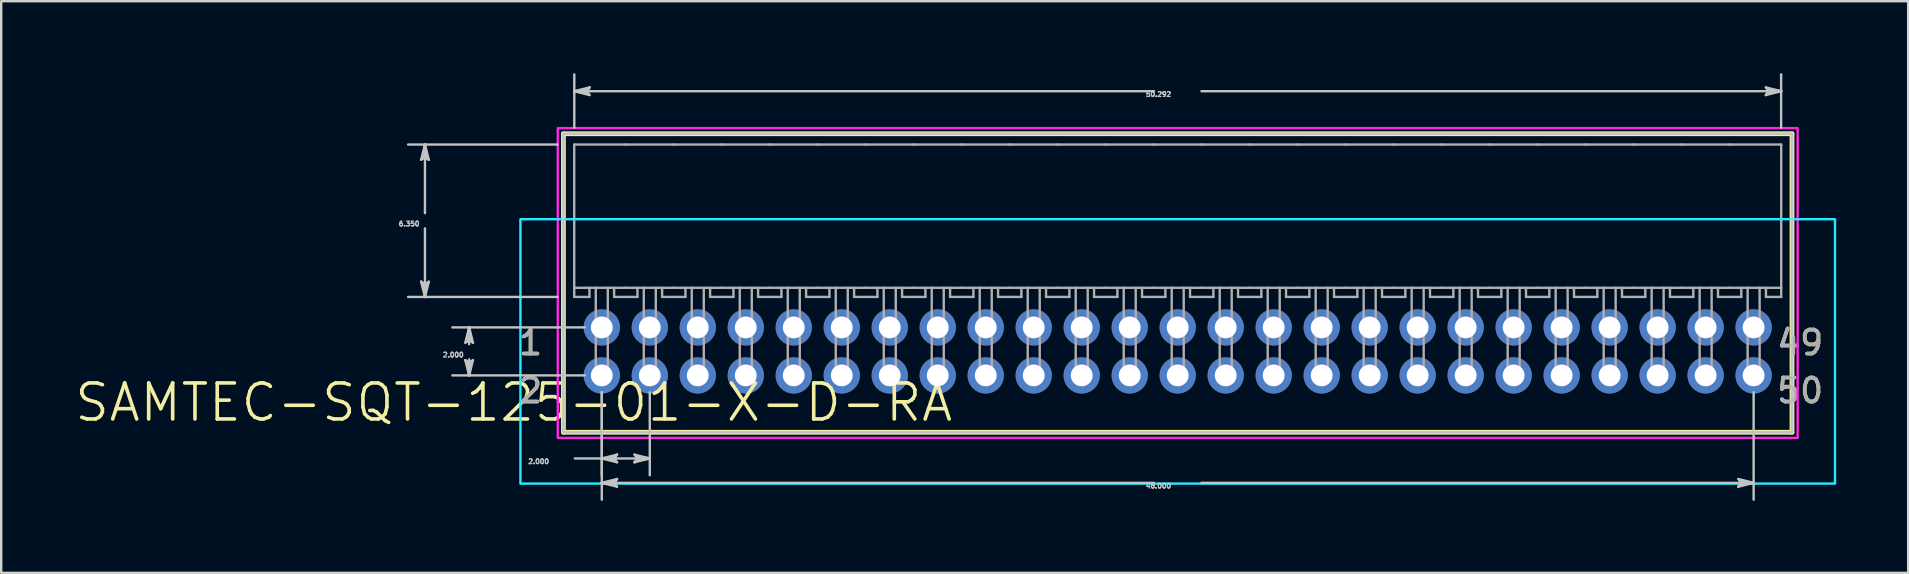
<source format=kicad_pcb>
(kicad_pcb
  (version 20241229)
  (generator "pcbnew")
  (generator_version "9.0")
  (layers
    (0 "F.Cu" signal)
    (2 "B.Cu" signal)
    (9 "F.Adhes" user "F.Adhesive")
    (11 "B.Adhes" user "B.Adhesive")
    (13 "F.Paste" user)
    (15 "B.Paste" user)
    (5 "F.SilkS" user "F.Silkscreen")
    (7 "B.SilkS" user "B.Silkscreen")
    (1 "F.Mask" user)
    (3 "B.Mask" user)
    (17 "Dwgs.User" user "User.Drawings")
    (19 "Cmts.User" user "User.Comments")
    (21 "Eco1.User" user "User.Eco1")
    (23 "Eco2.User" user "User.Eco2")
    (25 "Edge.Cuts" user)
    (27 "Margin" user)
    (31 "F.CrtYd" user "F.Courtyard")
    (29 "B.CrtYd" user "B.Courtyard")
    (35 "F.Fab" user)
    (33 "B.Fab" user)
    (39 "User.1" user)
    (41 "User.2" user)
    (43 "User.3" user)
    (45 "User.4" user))
  (footprint "SAMTEC-SQT-125-01-X-D-RA"
    (layer "F.Cu")
    (at 46.028 6.149)
    (property "Reference" "SAMTEC-SQT-125-01-X-D-RA" (at -27.668 7.574 0) (layer "F.SilkS") (effects (font (size 1.5 1.5) (thickness 0.15))))
    (attr through_hole)
    (fp_circle (center -24 4.445) (end -23.194 4.445) (stroke (width 0) (type solid)) (fill yes) (layer "F.Mask"))
    (fp_circle (center -24 6.445) (end -23.194 6.445) (stroke (width 0) (type solid)) (fill yes) (layer "F.Mask"))
    (fp_circle (center -22 4.445) (end -21.194 4.445) (stroke (width 0) (type solid)) (fill yes) (layer "F.Mask"))
    (fp_circle (center -22 6.445) (end -21.194 6.445) (stroke (width 0) (type solid)) (fill yes) (layer "F.Mask"))
    (fp_circle (center -20 4.445) (end -19.194 4.445) (stroke (width 0) (type solid)) (fill yes) (layer "F.Mask"))
    (fp_circle (center -20 6.445) (end -19.194 6.445) (stroke (width 0) (type solid)) (fill yes) (layer "F.Mask"))
    (fp_circle (center -18 4.445) (end -17.194 4.445) (stroke (width 0) (type solid)) (fill yes) (layer "F.Mask"))
    (fp_circle (center -18 6.445) (end -17.194 6.445) (stroke (width 0) (type solid)) (fill yes) (layer "F.Mask"))
    (fp_circle (center -16 4.445) (end -15.194 4.445) (stroke (width 0) (type solid)) (fill yes) (layer "F.Mask"))
    (fp_circle (center -16 6.445) (end -15.194 6.445) (stroke (width 0) (type solid)) (fill yes) (layer "F.Mask"))
    (fp_circle (center -14 4.445) (end -13.194 4.445) (stroke (width 0) (type solid)) (fill yes) (layer "F.Mask"))
    (fp_circle (center -14 6.445) (end -13.194 6.445) (stroke (width 0) (type solid)) (fill yes) (layer "F.Mask"))
    (fp_circle (center -12 4.445) (end -11.194 4.445) (stroke (width 0) (type solid)) (fill yes) (layer "F.Mask"))
    (fp_circle (center -12 6.445) (end -11.194 6.445) (stroke (width 0) (type solid)) (fill yes) (layer "F.Mask"))
    (fp_circle (center -10 4.445) (end -9.194 4.445) (stroke (width 0) (type solid)) (fill yes) (layer "F.Mask"))
    (fp_circle (center -10 6.445) (end -9.194 6.445) (stroke (width 0) (type solid)) (fill yes) (layer "F.Mask"))
    (fp_circle (center -8 4.445) (end -7.194 4.445) (stroke (width 0) (type solid)) (fill yes) (layer "F.Mask"))
    (fp_circle (center -8 6.445) (end -7.194 6.445) (stroke (width 0) (type solid)) (fill yes) (layer "F.Mask"))
    (fp_circle (center -6 4.445) (end -5.194 4.445) (stroke (width 0) (type solid)) (fill yes) (layer "F.Mask"))
    (fp_circle (center -6 6.445) (end -5.194 6.445) (stroke (width 0) (type solid)) (fill yes) (layer "F.Mask"))
    (fp_circle (center -4 4.445) (end -3.194 4.445) (stroke (width 0) (type solid)) (fill yes) (layer "F.Mask"))
    (fp_circle (center -4 6.445) (end -3.194 6.445) (stroke (width 0) (type solid)) (fill yes) (layer "F.Mask"))
    (fp_circle (center -2 4.445) (end -1.194 4.445) (stroke (width 0) (type solid)) (fill yes) (layer "F.Mask"))
    (fp_circle (center -2 6.445) (end -1.194 6.445) (stroke (width 0) (type solid)) (fill yes) (layer "F.Mask"))
    (fp_circle (center 0 4.445) (end 0.806 4.445) (stroke (width 0) (type solid)) (fill yes) (layer "F.Mask"))
    (fp_circle (center 0 6.445) (end 0.806 6.445) (stroke (width 0) (type solid)) (fill yes) (layer "F.Mask"))
    (fp_circle (center 2 4.445) (end 2.806 4.445) (stroke (width 0) (type solid)) (fill yes) (layer "F.Mask"))
    (fp_circle (center 2 6.445) (end 2.806 6.445) (stroke (width 0) (type solid)) (fill yes) (layer "F.Mask"))
    (fp_circle (center 4 4.445) (end 4.806 4.445) (stroke (width 0) (type solid)) (fill yes) (layer "F.Mask"))
    (fp_circle (center 4 6.445) (end 4.806 6.445) (stroke (width 0) (type solid)) (fill yes) (layer "F.Mask"))
    (fp_circle (center 6 4.445) (end 6.806 4.445) (stroke (width 0) (type solid)) (fill yes) (layer "F.Mask"))
    (fp_circle (center 6 6.445) (end 6.806 6.445) (stroke (width 0) (type solid)) (fill yes) (layer "F.Mask"))
    (fp_circle (center 8 4.445) (end 8.806 4.445) (stroke (width 0) (type solid)) (fill yes) (layer "F.Mask"))
    (fp_circle (center 8 6.445) (end 8.806 6.445) (stroke (width 0) (type solid)) (fill yes) (layer "F.Mask"))
    (fp_circle (center 10 4.445) (end 10.806 4.445) (stroke (width 0) (type solid)) (fill yes) (layer "F.Mask"))
    (fp_circle (center 10 6.445) (end 10.806 6.445) (stroke (width 0) (type solid)) (fill yes) (layer "F.Mask"))
    (fp_circle (center 12 4.445) (end 12.806 4.445) (stroke (width 0) (type solid)) (fill yes) (layer "F.Mask"))
    (fp_circle (center 12 6.445) (end 12.806 6.445) (stroke (width 0) (type solid)) (fill yes) (layer "F.Mask"))
    (fp_circle (center 14 4.445) (end 14.806 4.445) (stroke (width 0) (type solid)) (fill yes) (layer "F.Mask"))
    (fp_circle (center 14 6.445) (end 14.806 6.445) (stroke (width 0) (type solid)) (fill yes) (layer "F.Mask"))
    (fp_circle (center 16 4.445) (end 16.806 4.445) (stroke (width 0) (type solid)) (fill yes) (layer "F.Mask"))
    (fp_circle (center 16 6.445) (end 16.806 6.445) (stroke (width 0) (type solid)) (fill yes) (layer "F.Mask"))
    (fp_circle (center 18 4.445) (end 18.806 4.445) (stroke (width 0) (type solid)) (fill yes) (layer "F.Mask"))
    (fp_circle (center 18 6.445) (end 18.806 6.445) (stroke (width 0) (type solid)) (fill yes) (layer "F.Mask"))
    (fp_circle (center 20 4.445) (end 20.806 4.445) (stroke (width 0) (type solid)) (fill yes) (layer "F.Mask"))
    (fp_circle (center 20 6.445) (end 20.806 6.445) (stroke (width 0) (type solid)) (fill yes) (layer "F.Mask"))
    (fp_circle (center 22 4.445) (end 22.806 4.445) (stroke (width 0) (type solid)) (fill yes) (layer "F.Mask"))
    (fp_circle (center 22 6.445) (end 22.806 6.445) (stroke (width 0) (type solid)) (fill yes) (layer "F.Mask"))
    (fp_circle (center 24 4.445) (end 24.806 4.445) (stroke (width 0) (type solid)) (fill yes) (layer "F.Mask"))
    (fp_circle (center 24 6.445) (end 24.806 6.445) (stroke (width 0) (type solid)) (fill yes) (layer "F.Mask"))
    (fp_circle (center -24 4.445) (end -23.194 4.445) (stroke (width 0) (type solid)) (fill yes) (layer "B.Mask"))
    (fp_circle (center -24 6.445) (end -23.194 6.445) (stroke (width 0) (type solid)) (fill yes) (layer "B.Mask"))
    (fp_circle (center -22 4.445) (end -21.194 4.445) (stroke (width 0) (type solid)) (fill yes) (layer "B.Mask"))
    (fp_circle (center -22 6.445) (end -21.194 6.445) (stroke (width 0) (type solid)) (fill yes) (layer "B.Mask"))
    (fp_circle (center -20 4.445) (end -19.194 4.445) (stroke (width 0) (type solid)) (fill yes) (layer "B.Mask"))
    (fp_circle (center -20 6.445) (end -19.194 6.445) (stroke (width 0) (type solid)) (fill yes) (layer "B.Mask"))
    (fp_circle (center -18 4.445) (end -17.194 4.445) (stroke (width 0) (type solid)) (fill yes) (layer "B.Mask"))
    (fp_circle (center -18 6.445) (end -17.194 6.445) (stroke (width 0) (type solid)) (fill yes) (layer "B.Mask"))
    (fp_circle (center -16 4.445) (end -15.194 4.445) (stroke (width 0) (type solid)) (fill yes) (layer "B.Mask"))
    (fp_circle (center -16 6.445) (end -15.194 6.445) (stroke (width 0) (type solid)) (fill yes) (layer "B.Mask"))
    (fp_circle (center -14 4.445) (end -13.194 4.445) (stroke (width 0) (type solid)) (fill yes) (layer "B.Mask"))
    (fp_circle (center -14 6.445) (end -13.194 6.445) (stroke (width 0) (type solid)) (fill yes) (layer "B.Mask"))
    (fp_circle (center -12 4.445) (end -11.194 4.445) (stroke (width 0) (type solid)) (fill yes) (layer "B.Mask"))
    (fp_circle (center -12 6.445) (end -11.194 6.445) (stroke (width 0) (type solid)) (fill yes) (layer "B.Mask"))
    (fp_circle (center -10 4.445) (end -9.194 4.445) (stroke (width 0) (type solid)) (fill yes) (layer "B.Mask"))
    (fp_circle (center -10 6.445) (end -9.194 6.445) (stroke (width 0) (type solid)) (fill yes) (layer "B.Mask"))
    (fp_circle (center -8 4.445) (end -7.194 4.445) (stroke (width 0) (type solid)) (fill yes) (layer "B.Mask"))
    (fp_circle (center -8 6.445) (end -7.194 6.445) (stroke (width 0) (type solid)) (fill yes) (layer "B.Mask"))
    (fp_circle (center -6 4.445) (end -5.194 4.445) (stroke (width 0) (type solid)) (fill yes) (layer "B.Mask"))
    (fp_circle (center -6 6.445) (end -5.194 6.445) (stroke (width 0) (type solid)) (fill yes) (layer "B.Mask"))
    (fp_circle (center -4 4.445) (end -3.194 4.445) (stroke (width 0) (type solid)) (fill yes) (layer "B.Mask"))
    (fp_circle (center -4 6.445) (end -3.194 6.445) (stroke (width 0) (type solid)) (fill yes) (layer "B.Mask"))
    (fp_circle (center -2 4.445) (end -1.194 4.445) (stroke (width 0) (type solid)) (fill yes) (layer "B.Mask"))
    (fp_circle (center -2 6.445) (end -1.194 6.445) (stroke (width 0) (type solid)) (fill yes) (layer "B.Mask"))
    (fp_circle (center 0 4.445) (end 0.806 4.445) (stroke (width 0) (type solid)) (fill yes) (layer "B.Mask"))
    (fp_circle (center 0 6.445) (end 0.806 6.445) (stroke (width 0) (type solid)) (fill yes) (layer "B.Mask"))
    (fp_circle (center 2 4.445) (end 2.806 4.445) (stroke (width 0) (type solid)) (fill yes) (layer "B.Mask"))
    (fp_circle (center 2 6.445) (end 2.806 6.445) (stroke (width 0) (type solid)) (fill yes) (layer "B.Mask"))
    (fp_circle (center 4 4.445) (end 4.806 4.445) (stroke (width 0) (type solid)) (fill yes) (layer "B.Mask"))
    (fp_circle (center 4 6.445) (end 4.806 6.445) (stroke (width 0) (type solid)) (fill yes) (layer "B.Mask"))
    (fp_circle (center 6 4.445) (end 6.806 4.445) (stroke (width 0) (type solid)) (fill yes) (layer "B.Mask"))
    (fp_circle (center 6 6.445) (end 6.806 6.445) (stroke (width 0) (type solid)) (fill yes) (layer "B.Mask"))
    (fp_circle (center 8 4.445) (end 8.806 4.445) (stroke (width 0) (type solid)) (fill yes) (layer "B.Mask"))
    (fp_circle (center 8 6.445) (end 8.806 6.445) (stroke (width 0) (type solid)) (fill yes) (layer "B.Mask"))
    (fp_circle (center 10 4.445) (end 10.806 4.445) (stroke (width 0) (type solid)) (fill yes) (layer "B.Mask"))
    (fp_circle (center 10 6.445) (end 10.806 6.445) (stroke (width 0) (type solid)) (fill yes) (layer "B.Mask"))
    (fp_circle (center 12 4.445) (end 12.806 4.445) (stroke (width 0) (type solid)) (fill yes) (layer "B.Mask"))
    (fp_circle (center 12 6.445) (end 12.806 6.445) (stroke (width 0) (type solid)) (fill yes) (layer "B.Mask"))
    (fp_circle (center 14 4.445) (end 14.806 4.445) (stroke (width 0) (type solid)) (fill yes) (layer "B.Mask"))
    (fp_circle (center 14 6.445) (end 14.806 6.445) (stroke (width 0) (type solid)) (fill yes) (layer "B.Mask"))
    (fp_circle (center 16 4.445) (end 16.806 4.445) (stroke (width 0) (type solid)) (fill yes) (layer "B.Mask"))
    (fp_circle (center 16 6.445) (end 16.806 6.445) (stroke (width 0) (type solid)) (fill yes) (layer "B.Mask"))
    (fp_circle (center 18 4.445) (end 18.806 4.445) (stroke (width 0) (type solid)) (fill yes) (layer "B.Mask"))
    (fp_circle (center 18 6.445) (end 18.806 6.445) (stroke (width 0) (type solid)) (fill yes) (layer "B.Mask"))
    (fp_circle (center 20 4.445) (end 20.806 4.445) (stroke (width 0) (type solid)) (fill yes) (layer "B.Mask"))
    (fp_circle (center 20 6.445) (end 20.806 6.445) (stroke (width 0) (type solid)) (fill yes) (layer "B.Mask"))
    (fp_circle (center 22 4.445) (end 22.806 4.445) (stroke (width 0) (type solid)) (fill yes) (layer "B.Mask"))
    (fp_circle (center 22 6.445) (end 22.806 6.445) (stroke (width 0) (type solid)) (fill yes) (layer "B.Mask"))
    (fp_circle (center 24 4.445) (end 24.806 4.445) (stroke (width 0) (type solid)) (fill yes) (layer "B.Mask"))
    (fp_circle (center 24 6.445) (end 24.806 6.445) (stroke (width 0) (type solid)) (fill yes) (layer "B.Mask"))
    (fp_line (start -25.599 -3.625) (end -25.599 8.815) (stroke (width 0.2) (type solid)) (layer "F.SilkS"))
    (fp_line (start -25.599 8.815) (end 25.599 8.815) (stroke (width 0.2) (type solid)) (layer "F.SilkS"))
    (fp_line (start 25.599 -3.625) (end -25.599 -3.625) (stroke (width 0.2) (type solid)) (layer "F.SilkS"))
    (fp_line (start 25.599 8.815) (end 25.599 -3.625) (stroke (width 0.2) (type solid)) (layer "F.SilkS"))
    (fp_poly (pts (xy -24.255 7.425) (xy -24.255 8.415) (xy -23.745 8.415) (xy -23.745 7.425) (xy -23.744 7.414) (xy -23.743 7.402) (xy -23.741 7.391) (xy -23.737 7.381) (xy -23.733 7.37) (xy -23.728 7.36) (xy -23.721 7.35) (xy -23.715 7.341) (xy -23.707 7.333) (xy -23.699 7.325) (xy -23.69 7.319) (xy -23.68 7.312) (xy -23.67 7.307) (xy -23.66 7.303) (xy -23.649 7.299) (xy -23.638 7.297) (xy -23.626 7.295) (xy -23.615 7.295) (xy -23.15 7.295) (xy -23.15 5.595) (xy -24.85 5.595) (xy -24.85 7.295) (xy -24.385 7.295) (xy -24.374 7.295) (xy -24.362 7.297) (xy -24.351 7.299) (xy -24.34 7.303) (xy -24.33 7.307) (xy -24.32 7.312) (xy -24.31 7.319) (xy -24.301 7.325) (xy -24.293 7.333) (xy -24.285 7.341) (xy -24.279 7.35) (xy -24.272 7.36) (xy -24.267 7.37) (xy -24.263 7.381) (xy -24.259 7.391) (xy -24.257 7.402) (xy -24.256 7.414) (xy -24.255 7.425)) (stroke (width 0) (type solid)) (fill yes) (layer "F.Paste"))
    (fp_poly (pts (xy -23.745 3.465) (xy -23.745 2.475) (xy -24.255 2.475) (xy -24.255 3.465) (xy -24.256 3.476) (xy -24.257 3.488) (xy -24.259 3.499) (xy -24.263 3.509) (xy -24.267 3.52) (xy -24.272 3.53) (xy -24.279 3.54) (xy -24.285 3.549) (xy -24.293 3.557) (xy -24.301 3.565) (xy -24.31 3.571) (xy -24.32 3.578) (xy -24.33 3.583) (xy -24.34 3.587) (xy -24.351 3.591) (xy -24.362 3.593) (xy -24.374 3.595) (xy -24.385 3.595) (xy -24.85 3.595) (xy -24.85 5.295) (xy -23.15 5.295) (xy -23.15 3.595) (xy -23.615 3.595) (xy -23.626 3.595) (xy -23.638 3.593) (xy -23.649 3.591) (xy -23.66 3.587) (xy -23.67 3.583) (xy -23.68 3.578) (xy -23.69 3.571) (xy -23.699 3.565) (xy -23.707 3.557) (xy -23.715 3.549) (xy -23.721 3.54) (xy -23.728 3.53) (xy -23.733 3.52) (xy -23.737 3.509) (xy -23.741 3.499) (xy -23.743 3.488) (xy -23.744 3.476) (xy -23.745 3.465)) (stroke (width 0) (type solid)) (fill yes) (layer "F.Paste"))
    (fp_poly (pts (xy -22.255 7.425) (xy -22.255 8.415) (xy -21.745 8.415) (xy -21.745 7.425) (xy -21.744 7.414) (xy -21.743 7.402) (xy -21.741 7.391) (xy -21.737 7.381) (xy -21.733 7.37) (xy -21.728 7.36) (xy -21.721 7.35) (xy -21.715 7.341) (xy -21.707 7.333) (xy -21.699 7.325) (xy -21.69 7.319) (xy -21.68 7.312) (xy -21.67 7.307) (xy -21.66 7.303) (xy -21.649 7.299) (xy -21.638 7.297) (xy -21.626 7.295) (xy -21.615 7.295) (xy -21.15 7.295) (xy -21.15 5.595) (xy -22.85 5.595) (xy -22.85 7.295) (xy -22.385 7.295) (xy -22.374 7.295) (xy -22.362 7.297) (xy -22.351 7.299) (xy -22.34 7.303) (xy -22.33 7.307) (xy -22.32 7.312) (xy -22.31 7.319) (xy -22.301 7.325) (xy -22.293 7.333) (xy -22.285 7.341) (xy -22.279 7.35) (xy -22.272 7.36) (xy -22.267 7.37) (xy -22.263 7.381) (xy -22.259 7.391) (xy -22.257 7.402) (xy -22.256 7.414) (xy -22.255 7.425)) (stroke (width 0) (type solid)) (fill yes) (layer "F.Paste"))
    (fp_poly (pts (xy -21.745 3.465) (xy -21.745 2.475) (xy -22.255 2.475) (xy -22.255 3.465) (xy -22.256 3.476) (xy -22.257 3.488) (xy -22.259 3.499) (xy -22.263 3.509) (xy -22.267 3.52) (xy -22.272 3.53) (xy -22.279 3.54) (xy -22.285 3.549) (xy -22.293 3.557) (xy -22.301 3.565) (xy -22.31 3.571) (xy -22.32 3.578) (xy -22.33 3.583) (xy -22.34 3.587) (xy -22.351 3.591) (xy -22.362 3.593) (xy -22.374 3.595) (xy -22.385 3.595) (xy -22.85 3.595) (xy -22.85 5.295) (xy -21.15 5.295) (xy -21.15 3.595) (xy -21.615 3.595) (xy -21.626 3.595) (xy -21.638 3.593) (xy -21.649 3.591) (xy -21.66 3.587) (xy -21.67 3.583) (xy -21.68 3.578) (xy -21.69 3.571) (xy -21.699 3.565) (xy -21.707 3.557) (xy -21.715 3.549) (xy -21.721 3.54) (xy -21.728 3.53) (xy -21.733 3.52) (xy -21.737 3.509) (xy -21.741 3.499) (xy -21.743 3.488) (xy -21.744 3.476) (xy -21.745 3.465)) (stroke (width 0) (type solid)) (fill yes) (layer "F.Paste"))
    (fp_poly (pts (xy -20.255 7.425) (xy -20.255 8.415) (xy -19.745 8.415) (xy -19.745 7.425) (xy -19.744 7.414) (xy -19.743 7.402) (xy -19.741 7.391) (xy -19.737 7.381) (xy -19.733 7.37) (xy -19.728 7.36) (xy -19.721 7.35) (xy -19.715 7.341) (xy -19.707 7.333) (xy -19.699 7.325) (xy -19.69 7.319) (xy -19.68 7.312) (xy -19.67 7.307) (xy -19.66 7.303) (xy -19.649 7.299) (xy -19.638 7.297) (xy -19.626 7.295) (xy -19.615 7.295) (xy -19.15 7.295) (xy -19.15 5.595) (xy -20.85 5.595) (xy -20.85 7.295) (xy -20.385 7.295) (xy -20.374 7.295) (xy -20.362 7.297) (xy -20.351 7.299) (xy -20.34 7.303) (xy -20.33 7.307) (xy -20.32 7.312) (xy -20.31 7.319) (xy -20.301 7.325) (xy -20.293 7.333) (xy -20.285 7.341) (xy -20.279 7.35) (xy -20.272 7.36) (xy -20.267 7.37) (xy -20.263 7.381) (xy -20.259 7.391) (xy -20.257 7.402) (xy -20.256 7.414) (xy -20.255 7.425)) (stroke (width 0) (type solid)) (fill yes) (layer "F.Paste"))
    (fp_poly (pts (xy -19.745 3.465) (xy -19.745 2.475) (xy -20.255 2.475) (xy -20.255 3.465) (xy -20.256 3.476) (xy -20.257 3.488) (xy -20.259 3.499) (xy -20.263 3.509) (xy -20.267 3.52) (xy -20.272 3.53) (xy -20.279 3.54) (xy -20.285 3.549) (xy -20.293 3.557) (xy -20.301 3.565) (xy -20.31 3.571) (xy -20.32 3.578) (xy -20.33 3.583) (xy -20.34 3.587) (xy -20.351 3.591) (xy -20.362 3.593) (xy -20.374 3.595) (xy -20.385 3.595) (xy -20.85 3.595) (xy -20.85 5.295) (xy -19.15 5.295) (xy -19.15 3.595) (xy -19.615 3.595) (xy -19.626 3.595) (xy -19.638 3.593) (xy -19.649 3.591) (xy -19.66 3.587) (xy -19.67 3.583) (xy -19.68 3.578) (xy -19.69 3.571) (xy -19.699 3.565) (xy -19.707 3.557) (xy -19.715 3.549) (xy -19.721 3.54) (xy -19.728 3.53) (xy -19.733 3.52) (xy -19.737 3.509) (xy -19.741 3.499) (xy -19.743 3.488) (xy -19.744 3.476) (xy -19.745 3.465)) (stroke (width 0) (type solid)) (fill yes) (layer "F.Paste"))
    (fp_poly (pts (xy -18.255 7.425) (xy -18.255 8.415) (xy -17.745 8.415) (xy -17.745 7.425) (xy -17.744 7.414) (xy -17.743 7.402) (xy -17.741 7.391) (xy -17.737 7.381) (xy -17.733 7.37) (xy -17.728 7.36) (xy -17.721 7.35) (xy -17.715 7.341) (xy -17.707 7.333) (xy -17.699 7.325) (xy -17.69 7.319) (xy -17.68 7.312) (xy -17.67 7.307) (xy -17.66 7.303) (xy -17.649 7.299) (xy -17.638 7.297) (xy -17.626 7.295) (xy -17.615 7.295) (xy -17.15 7.295) (xy -17.15 5.595) (xy -18.85 5.595) (xy -18.85 7.295) (xy -18.385 7.295) (xy -18.374 7.295) (xy -18.362 7.297) (xy -18.351 7.299) (xy -18.34 7.303) (xy -18.33 7.307) (xy -18.32 7.312) (xy -18.31 7.319) (xy -18.301 7.325) (xy -18.293 7.333) (xy -18.285 7.341) (xy -18.279 7.35) (xy -18.272 7.36) (xy -18.267 7.37) (xy -18.263 7.381) (xy -18.259 7.391) (xy -18.257 7.402) (xy -18.256 7.414) (xy -18.255 7.425)) (stroke (width 0) (type solid)) (fill yes) (layer "F.Paste"))
    (fp_poly (pts (xy -17.745 3.465) (xy -17.745 2.475) (xy -18.255 2.475) (xy -18.255 3.465) (xy -18.256 3.476) (xy -18.257 3.488) (xy -18.259 3.499) (xy -18.263 3.509) (xy -18.267 3.52) (xy -18.272 3.53) (xy -18.279 3.54) (xy -18.285 3.549) (xy -18.293 3.557) (xy -18.301 3.565) (xy -18.31 3.571) (xy -18.32 3.578) (xy -18.33 3.583) (xy -18.34 3.587) (xy -18.351 3.591) (xy -18.362 3.593) (xy -18.374 3.595) (xy -18.385 3.595) (xy -18.85 3.595) (xy -18.85 5.295) (xy -17.15 5.295) (xy -17.15 3.595) (xy -17.615 3.595) (xy -17.626 3.595) (xy -17.638 3.593) (xy -17.649 3.591) (xy -17.66 3.587) (xy -17.67 3.583) (xy -17.68 3.578) (xy -17.69 3.571) (xy -17.699 3.565) (xy -17.707 3.557) (xy -17.715 3.549) (xy -17.721 3.54) (xy -17.728 3.53) (xy -17.733 3.52) (xy -17.737 3.509) (xy -17.741 3.499) (xy -17.743 3.488) (xy -17.744 3.476) (xy -17.745 3.465)) (stroke (width 0) (type solid)) (fill yes) (layer "F.Paste"))
    (fp_poly (pts (xy -16.255 7.425) (xy -16.255 8.415) (xy -15.745 8.415) (xy -15.745 7.425) (xy -15.745 7.414) (xy -15.743 7.402) (xy -15.741 7.391) (xy -15.737 7.381) (xy -15.733 7.37) (xy -15.728 7.36) (xy -15.722 7.35) (xy -15.715 7.341) (xy -15.707 7.333) (xy -15.699 7.325) (xy -15.69 7.319) (xy -15.68 7.312) (xy -15.67 7.307) (xy -15.659 7.303) (xy -15.649 7.299) (xy -15.638 7.297) (xy -15.626 7.295) (xy -15.615 7.295) (xy -15.15 7.295) (xy -15.15 5.595) (xy -16.85 5.595) (xy -16.85 7.295) (xy -16.385 7.295) (xy -16.374 7.295) (xy -16.362 7.297) (xy -16.351 7.299) (xy -16.34 7.303) (xy -16.33 7.307) (xy -16.32 7.312) (xy -16.31 7.319) (xy -16.301 7.325) (xy -16.293 7.333) (xy -16.285 7.341) (xy -16.279 7.35) (xy -16.272 7.36) (xy -16.267 7.37) (xy -16.263 7.381) (xy -16.259 7.391) (xy -16.257 7.402) (xy -16.256 7.414) (xy -16.255 7.425)) (stroke (width 0) (type solid)) (fill yes) (layer "F.Paste"))
    (fp_poly (pts (xy -15.745 3.465) (xy -15.745 2.475) (xy -16.255 2.475) (xy -16.255 3.465) (xy -16.256 3.476) (xy -16.257 3.488) (xy -16.259 3.499) (xy -16.263 3.509) (xy -16.267 3.52) (xy -16.272 3.53) (xy -16.279 3.54) (xy -16.285 3.549) (xy -16.293 3.557) (xy -16.301 3.565) (xy -16.31 3.571) (xy -16.32 3.578) (xy -16.33 3.583) (xy -16.34 3.587) (xy -16.351 3.591) (xy -16.362 3.593) (xy -16.374 3.595) (xy -16.385 3.595) (xy -16.85 3.595) (xy -16.85 5.295) (xy -15.15 5.295) (xy -15.15 3.595) (xy -15.615 3.595) (xy -15.626 3.595) (xy -15.638 3.593) (xy -15.649 3.591) (xy -15.659 3.587) (xy -15.67 3.583) (xy -15.68 3.578) (xy -15.69 3.571) (xy -15.699 3.565) (xy -15.707 3.557) (xy -15.715 3.549) (xy -15.722 3.54) (xy -15.728 3.53) (xy -15.733 3.52) (xy -15.737 3.509) (xy -15.741 3.499) (xy -15.743 3.488) (xy -15.745 3.476) (xy -15.745 3.465)) (stroke (width 0) (type solid)) (fill yes) (layer "F.Paste"))
    (fp_poly (pts (xy -14.255 7.425) (xy -14.255 8.415) (xy -13.745 8.415) (xy -13.745 7.425) (xy -13.745 7.414) (xy -13.743 7.402) (xy -13.741 7.391) (xy -13.737 7.381) (xy -13.733 7.37) (xy -13.728 7.36) (xy -13.722 7.35) (xy -13.715 7.341) (xy -13.707 7.333) (xy -13.699 7.325) (xy -13.69 7.319) (xy -13.68 7.312) (xy -13.67 7.307) (xy -13.659 7.303) (xy -13.649 7.299) (xy -13.638 7.297) (xy -13.626 7.295) (xy -13.615 7.295) (xy -13.15 7.295) (xy -13.15 5.595) (xy -14.85 5.595) (xy -14.85 7.295) (xy -14.385 7.295) (xy -14.374 7.295) (xy -14.362 7.297) (xy -14.351 7.299) (xy -14.341 7.303) (xy -14.33 7.307) (xy -14.32 7.312) (xy -14.31 7.319) (xy -14.301 7.325) (xy -14.293 7.333) (xy -14.285 7.341) (xy -14.278 7.35) (xy -14.272 7.36) (xy -14.267 7.37) (xy -14.263 7.381) (xy -14.259 7.391) (xy -14.257 7.402) (xy -14.255 7.414) (xy -14.255 7.425)) (stroke (width 0) (type solid)) (fill yes) (layer "F.Paste"))
    (fp_poly (pts (xy -13.745 3.465) (xy -13.745 2.475) (xy -14.255 2.475) (xy -14.255 3.465) (xy -14.255 3.476) (xy -14.257 3.488) (xy -14.259 3.499) (xy -14.263 3.509) (xy -14.267 3.52) (xy -14.272 3.53) (xy -14.278 3.54) (xy -14.285 3.549) (xy -14.293 3.557) (xy -14.301 3.565) (xy -14.31 3.571) (xy -14.32 3.578) (xy -14.33 3.583) (xy -14.341 3.587) (xy -14.351 3.591) (xy -14.362 3.593) (xy -14.374 3.595) (xy -14.385 3.595) (xy -14.85 3.595) (xy -14.85 5.295) (xy -13.15 5.295) (xy -13.15 3.595) (xy -13.615 3.595) (xy -13.626 3.595) (xy -13.638 3.593) (xy -13.649 3.591) (xy -13.659 3.587) (xy -13.67 3.583) (xy -13.68 3.578) (xy -13.69 3.571) (xy -13.699 3.565) (xy -13.707 3.557) (xy -13.715 3.549) (xy -13.722 3.54) (xy -13.728 3.53) (xy -13.733 3.52) (xy -13.737 3.509) (xy -13.741 3.499) (xy -13.743 3.488) (xy -13.745 3.476) (xy -13.745 3.465)) (stroke (width 0) (type solid)) (fill yes) (layer "F.Paste"))
    (fp_poly (pts (xy -12.255 7.425) (xy -12.255 8.415) (xy -11.745 8.415) (xy -11.745 7.425) (xy -11.745 7.414) (xy -11.743 7.402) (xy -11.741 7.391) (xy -11.737 7.381) (xy -11.733 7.37) (xy -11.728 7.36) (xy -11.722 7.35) (xy -11.715 7.341) (xy -11.707 7.333) (xy -11.699 7.325) (xy -11.69 7.319) (xy -11.68 7.312) (xy -11.67 7.307) (xy -11.659 7.303) (xy -11.649 7.299) (xy -11.638 7.297) (xy -11.626 7.295) (xy -11.615 7.295) (xy -11.15 7.295) (xy -11.15 5.595) (xy -12.85 5.595) (xy -12.85 7.295) (xy -12.385 7.295) (xy -12.374 7.295) (xy -12.362 7.297) (xy -12.351 7.299) (xy -12.341 7.303) (xy -12.33 7.307) (xy -12.32 7.312) (xy -12.31 7.319) (xy -12.301 7.325) (xy -12.293 7.333) (xy -12.285 7.341) (xy -12.278 7.35) (xy -12.272 7.36) (xy -12.267 7.37) (xy -12.263 7.381) (xy -12.259 7.391) (xy -12.257 7.402) (xy -12.255 7.414) (xy -12.255 7.425)) (stroke (width 0) (type solid)) (fill yes) (layer "F.Paste"))
    (fp_poly (pts (xy -11.745 3.465) (xy -11.745 2.475) (xy -12.255 2.475) (xy -12.255 3.465) (xy -12.255 3.476) (xy -12.257 3.488) (xy -12.259 3.499) (xy -12.263 3.509) (xy -12.267 3.52) (xy -12.272 3.53) (xy -12.278 3.54) (xy -12.285 3.549) (xy -12.293 3.557) (xy -12.301 3.565) (xy -12.31 3.571) (xy -12.32 3.578) (xy -12.33 3.583) (xy -12.341 3.587) (xy -12.351 3.591) (xy -12.362 3.593) (xy -12.374 3.595) (xy -12.385 3.595) (xy -12.85 3.595) (xy -12.85 5.295) (xy -11.15 5.295) (xy -11.15 3.595) (xy -11.615 3.595) (xy -11.626 3.595) (xy -11.638 3.593) (xy -11.649 3.591) (xy -11.659 3.587) (xy -11.67 3.583) (xy -11.68 3.578) (xy -11.69 3.571) (xy -11.699 3.565) (xy -11.707 3.557) (xy -11.715 3.549) (xy -11.722 3.54) (xy -11.728 3.53) (xy -11.733 3.52) (xy -11.737 3.509) (xy -11.741 3.499) (xy -11.743 3.488) (xy -11.745 3.476) (xy -11.745 3.465)) (stroke (width 0) (type solid)) (fill yes) (layer "F.Paste"))
    (fp_poly (pts (xy -10.255 7.425) (xy -10.255 8.415) (xy -9.745 8.415) (xy -9.745 7.425) (xy -9.745 7.414) (xy -9.743 7.402) (xy -9.741 7.391) (xy -9.737 7.381) (xy -9.733 7.37) (xy -9.728 7.36) (xy -9.721 7.35) (xy -9.715 7.341) (xy -9.707 7.333) (xy -9.699 7.325) (xy -9.69 7.319) (xy -9.68 7.312) (xy -9.67 7.307) (xy -9.659 7.303) (xy -9.649 7.299) (xy -9.638 7.297) (xy -9.626 7.295) (xy -9.615 7.295) (xy -9.15 7.295) (xy -9.15 5.595) (xy -10.85 5.595) (xy -10.85 7.295) (xy -10.385 7.295) (xy -10.374 7.295) (xy -10.362 7.297) (xy -10.351 7.299) (xy -10.341 7.303) (xy -10.33 7.307) (xy -10.32 7.312) (xy -10.31 7.319) (xy -10.301 7.325) (xy -10.293 7.333) (xy -10.285 7.341) (xy -10.278 7.35) (xy -10.272 7.36) (xy -10.267 7.37) (xy -10.263 7.381) (xy -10.259 7.391) (xy -10.257 7.402) (xy -10.255 7.414) (xy -10.255 7.425)) (stroke (width 0) (type solid)) (fill yes) (layer "F.Paste"))
    (fp_poly (pts (xy -9.745 3.465) (xy -9.745 2.475) (xy -10.255 2.475) (xy -10.255 3.465) (xy -10.255 3.476) (xy -10.257 3.488) (xy -10.259 3.499) (xy -10.263 3.509) (xy -10.267 3.52) (xy -10.272 3.53) (xy -10.278 3.54) (xy -10.285 3.549) (xy -10.293 3.557) (xy -10.301 3.565) (xy -10.31 3.571) (xy -10.32 3.578) (xy -10.33 3.583) (xy -10.341 3.587) (xy -10.351 3.591) (xy -10.362 3.593) (xy -10.374 3.595) (xy -10.385 3.595) (xy -10.85 3.595) (xy -10.85 5.295) (xy -9.15 5.295) (xy -9.15 3.595) (xy -9.615 3.595) (xy -9.626 3.595) (xy -9.638 3.593) (xy -9.649 3.591) (xy -9.659 3.587) (xy -9.67 3.583) (xy -9.68 3.578) (xy -9.69 3.571) (xy -9.699 3.565) (xy -9.707 3.557) (xy -9.715 3.549) (xy -9.721 3.54) (xy -9.728 3.53) (xy -9.733 3.52) (xy -9.737 3.509) (xy -9.741 3.499) (xy -9.743 3.488) (xy -9.745 3.476) (xy -9.745 3.465)) (stroke (width 0) (type solid)) (fill yes) (layer "F.Paste"))
    (fp_poly (pts (xy -8.255 7.425) (xy -8.255 8.415) (xy -7.745 8.415) (xy -7.745 7.425) (xy -7.745 7.414) (xy -7.743 7.402) (xy -7.741 7.391) (xy -7.737 7.381) (xy -7.733 7.37) (xy -7.728 7.36) (xy -7.721 7.35) (xy -7.715 7.341) (xy -7.707 7.333) (xy -7.699 7.325) (xy -7.69 7.319) (xy -7.68 7.312) (xy -7.67 7.307) (xy -7.659 7.303) (xy -7.649 7.299) (xy -7.638 7.297) (xy -7.626 7.295) (xy -7.615 7.295) (xy -7.15 7.295) (xy -7.15 5.595) (xy -8.85 5.595) (xy -8.85 7.295) (xy -8.385 7.295) (xy -8.374 7.295) (xy -8.362 7.297) (xy -8.351 7.299) (xy -8.341 7.303) (xy -8.33 7.307) (xy -8.32 7.312) (xy -8.31 7.319) (xy -8.301 7.325) (xy -8.293 7.333) (xy -8.285 7.341) (xy -8.279 7.35) (xy -8.272 7.36) (xy -8.267 7.37) (xy -8.263 7.381) (xy -8.259 7.391) (xy -8.257 7.402) (xy -8.255 7.414) (xy -8.255 7.425)) (stroke (width 0) (type solid)) (fill yes) (layer "F.Paste"))
    (fp_poly (pts (xy -7.745 3.465) (xy -7.745 2.475) (xy -8.255 2.475) (xy -8.255 3.465) (xy -8.255 3.476) (xy -8.257 3.488) (xy -8.259 3.499) (xy -8.263 3.509) (xy -8.267 3.52) (xy -8.272 3.53) (xy -8.279 3.54) (xy -8.285 3.549) (xy -8.293 3.557) (xy -8.301 3.565) (xy -8.31 3.571) (xy -8.32 3.578) (xy -8.33 3.583) (xy -8.341 3.587) (xy -8.351 3.591) (xy -8.362 3.593) (xy -8.374 3.595) (xy -8.385 3.595) (xy -8.85 3.595) (xy -8.85 5.295) (xy -7.15 5.295) (xy -7.15 3.595) (xy -7.615 3.595) (xy -7.626 3.595) (xy -7.638 3.593) (xy -7.649 3.591) (xy -7.659 3.587) (xy -7.67 3.583) (xy -7.68 3.578) (xy -7.69 3.571) (xy -7.699 3.565) (xy -7.707 3.557) (xy -7.715 3.549) (xy -7.721 3.54) (xy -7.728 3.53) (xy -7.733 3.52) (xy -7.737 3.509) (xy -7.741 3.499) (xy -7.743 3.488) (xy -7.745 3.476) (xy -7.745 3.465)) (stroke (width 0) (type solid)) (fill yes) (layer "F.Paste"))
    (fp_poly (pts (xy -6.255 7.425) (xy -6.255 8.415) (xy -5.745 8.415) (xy -5.745 7.425) (xy -5.745 7.414) (xy -5.743 7.402) (xy -5.741 7.391) (xy -5.737 7.381) (xy -5.733 7.37) (xy -5.728 7.36) (xy -5.721 7.35) (xy -5.715 7.341) (xy -5.707 7.333) (xy -5.699 7.325) (xy -5.69 7.319) (xy -5.68 7.312) (xy -5.67 7.307) (xy -5.659 7.303) (xy -5.649 7.299) (xy -5.638 7.297) (xy -5.626 7.295) (xy -5.615 7.295) (xy -5.15 7.295) (xy -5.15 5.595) (xy -6.85 5.595) (xy -6.85 7.295) (xy -6.385 7.295) (xy -6.374 7.295) (xy -6.362 7.297) (xy -6.351 7.299) (xy -6.341 7.303) (xy -6.33 7.307) (xy -6.32 7.312) (xy -6.31 7.319) (xy -6.301 7.325) (xy -6.293 7.333) (xy -6.285 7.341) (xy -6.279 7.35) (xy -6.272 7.36) (xy -6.267 7.37) (xy -6.263 7.381) (xy -6.259 7.391) (xy -6.257 7.402) (xy -6.255 7.414) (xy -6.255 7.425)) (stroke (width 0) (type solid)) (fill yes) (layer "F.Paste"))
    (fp_poly (pts (xy -5.745 3.465) (xy -5.745 2.475) (xy -6.255 2.475) (xy -6.255 3.465) (xy -6.255 3.476) (xy -6.257 3.488) (xy -6.259 3.499) (xy -6.263 3.509) (xy -6.267 3.52) (xy -6.272 3.53) (xy -6.279 3.54) (xy -6.285 3.549) (xy -6.293 3.557) (xy -6.301 3.565) (xy -6.31 3.571) (xy -6.32 3.578) (xy -6.33 3.583) (xy -6.341 3.587) (xy -6.351 3.591) (xy -6.362 3.593) (xy -6.374 3.595) (xy -6.385 3.595) (xy -6.85 3.595) (xy -6.85 5.295) (xy -5.15 5.295) (xy -5.15 3.595) (xy -5.615 3.595) (xy -5.626 3.595) (xy -5.638 3.593) (xy -5.649 3.591) (xy -5.659 3.587) (xy -5.67 3.583) (xy -5.68 3.578) (xy -5.69 3.571) (xy -5.699 3.565) (xy -5.707 3.557) (xy -5.715 3.549) (xy -5.721 3.54) (xy -5.728 3.53) (xy -5.733 3.52) (xy -5.737 3.509) (xy -5.741 3.499) (xy -5.743 3.488) (xy -5.745 3.476) (xy -5.745 3.465)) (stroke (width 0) (type solid)) (fill yes) (layer "F.Paste"))
    (fp_poly (pts (xy -4.255 7.425) (xy -4.255 8.415) (xy -3.745 8.415) (xy -3.745 7.425) (xy -3.745 7.414) (xy -3.743 7.402) (xy -3.741 7.391) (xy -3.737 7.381) (xy -3.733 7.37) (xy -3.728 7.36) (xy -3.721 7.35) (xy -3.715 7.341) (xy -3.707 7.333) (xy -3.699 7.325) (xy -3.69 7.319) (xy -3.68 7.312) (xy -3.67 7.307) (xy -3.659 7.303) (xy -3.649 7.299) (xy -3.638 7.297) (xy -3.626 7.295) (xy -3.615 7.295) (xy -3.15 7.295) (xy -3.15 5.595) (xy -4.85 5.595) (xy -4.85 7.295) (xy -4.385 7.295) (xy -4.374 7.295) (xy -4.362 7.297) (xy -4.351 7.299) (xy -4.341 7.303) (xy -4.33 7.307) (xy -4.32 7.312) (xy -4.31 7.319) (xy -4.301 7.325) (xy -4.293 7.333) (xy -4.285 7.341) (xy -4.279 7.35) (xy -4.272 7.36) (xy -4.267 7.37) (xy -4.263 7.381) (xy -4.259 7.391) (xy -4.257 7.402) (xy -4.255 7.414) (xy -4.255 7.425)) (stroke (width 0) (type solid)) (fill yes) (layer "F.Paste"))
    (fp_poly (pts (xy -3.745 3.465) (xy -3.745 2.475) (xy -4.255 2.475) (xy -4.255 3.465) (xy -4.255 3.476) (xy -4.257 3.488) (xy -4.259 3.499) (xy -4.263 3.509) (xy -4.267 3.52) (xy -4.272 3.53) (xy -4.279 3.54) (xy -4.285 3.549) (xy -4.293 3.557) (xy -4.301 3.565) (xy -4.31 3.571) (xy -4.32 3.578) (xy -4.33 3.583) (xy -4.341 3.587) (xy -4.351 3.591) (xy -4.362 3.593) (xy -4.374 3.595) (xy -4.385 3.595) (xy -4.85 3.595) (xy -4.85 5.295) (xy -3.15 5.295) (xy -3.15 3.595) (xy -3.615 3.595) (xy -3.626 3.595) (xy -3.638 3.593) (xy -3.649 3.591) (xy -3.659 3.587) (xy -3.67 3.583) (xy -3.68 3.578) (xy -3.69 3.571) (xy -3.699 3.565) (xy -3.707 3.557) (xy -3.715 3.549) (xy -3.721 3.54) (xy -3.728 3.53) (xy -3.733 3.52) (xy -3.737 3.509) (xy -3.741 3.499) (xy -3.743 3.488) (xy -3.745 3.476) (xy -3.745 3.465)) (stroke (width 0) (type solid)) (fill yes) (layer "F.Paste"))
    (fp_poly (pts (xy -2.255 7.425) (xy -2.255 8.415) (xy -1.745 8.415) (xy -1.745 7.425) (xy -1.744 7.414) (xy -1.743 7.402) (xy -1.741 7.391) (xy -1.737 7.381) (xy -1.733 7.37) (xy -1.728 7.36) (xy -1.721 7.35) (xy -1.715 7.341) (xy -1.707 7.333) (xy -1.699 7.325) (xy -1.69 7.319) (xy -1.68 7.312) (xy -1.67 7.307) (xy -1.659 7.303) (xy -1.649 7.299) (xy -1.638 7.297) (xy -1.626 7.295) (xy -1.615 7.295) (xy -1.15 7.295) (xy -1.15 5.595) (xy -2.85 5.595) (xy -2.85 7.295) (xy -2.385 7.295) (xy -2.374 7.295) (xy -2.362 7.297) (xy -2.351 7.299) (xy -2.341 7.303) (xy -2.33 7.307) (xy -2.32 7.312) (xy -2.31 7.319) (xy -2.301 7.325) (xy -2.293 7.333) (xy -2.285 7.341) (xy -2.279 7.35) (xy -2.272 7.36) (xy -2.267 7.37) (xy -2.263 7.381) (xy -2.259 7.391) (xy -2.257 7.402) (xy -2.255 7.414) (xy -2.255 7.425)) (stroke (width 0) (type solid)) (fill yes) (layer "F.Paste"))
    (fp_poly (pts (xy -1.745 3.465) (xy -1.745 2.475) (xy -2.255 2.475) (xy -2.255 3.465) (xy -2.255 3.476) (xy -2.257 3.488) (xy -2.259 3.499) (xy -2.263 3.509) (xy -2.267 3.52) (xy -2.272 3.53) (xy -2.279 3.54) (xy -2.285 3.549) (xy -2.293 3.557) (xy -2.301 3.565) (xy -2.31 3.571) (xy -2.32 3.578) (xy -2.33 3.583) (xy -2.341 3.587) (xy -2.351 3.591) (xy -2.362 3.593) (xy -2.374 3.595) (xy -2.385 3.595) (xy -2.85 3.595) (xy -2.85 5.295) (xy -1.15 5.295) (xy -1.15 3.595) (xy -1.615 3.595) (xy -1.626 3.595) (xy -1.638 3.593) (xy -1.649 3.591) (xy -1.659 3.587) (xy -1.67 3.583) (xy -1.68 3.578) (xy -1.69 3.571) (xy -1.699 3.565) (xy -1.707 3.557) (xy -1.715 3.549) (xy -1.721 3.54) (xy -1.728 3.53) (xy -1.733 3.52) (xy -1.737 3.509) (xy -1.741 3.499) (xy -1.743 3.488) (xy -1.745 3.476) (xy -1.745 3.465)) (stroke (width 0) (type solid)) (fill yes) (layer "F.Paste"))
    (fp_poly (pts (xy -0.255 7.425) (xy -0.255 8.415) (xy 0.255 8.415) (xy 0.255 7.425) (xy 0.255 7.414) (xy 0.257 7.402) (xy 0.259 7.391) (xy 0.263 7.381) (xy 0.267 7.37) (xy 0.272 7.36) (xy 0.279 7.35) (xy 0.285 7.341) (xy 0.293 7.333) (xy 0.301 7.325) (xy 0.31 7.319) (xy 0.32 7.312) (xy 0.33 7.307) (xy 0.341 7.303) (xy 0.351 7.299) (xy 0.362 7.297) (xy 0.374 7.295) (xy 0.385 7.295) (xy 0.85 7.295) (xy 0.85 5.595) (xy -0.85 5.595) (xy -0.85 7.295) (xy -0.385 7.295) (xy -0.374 7.295) (xy -0.362 7.297) (xy -0.351 7.299) (xy -0.341 7.303) (xy -0.33 7.307) (xy -0.32 7.312) (xy -0.31 7.319) (xy -0.301 7.325) (xy -0.293 7.333) (xy -0.285 7.341) (xy -0.279 7.35) (xy -0.272 7.36) (xy -0.267 7.37) (xy -0.263 7.381) (xy -0.259 7.391) (xy -0.257 7.402) (xy -0.255 7.414) (xy -0.255 7.425)) (stroke (width 0) (type solid)) (fill yes) (layer "F.Paste"))
    (fp_poly (pts (xy 0.255 3.465) (xy 0.255 2.475) (xy -0.255 2.475) (xy -0.255 3.465) (xy -0.255 3.476) (xy -0.257 3.488) (xy -0.259 3.499) (xy -0.263 3.509) (xy -0.267 3.52) (xy -0.272 3.53) (xy -0.279 3.54) (xy -0.285 3.549) (xy -0.293 3.557) (xy -0.301 3.565) (xy -0.31 3.571) (xy -0.32 3.578) (xy -0.33 3.583) (xy -0.341 3.587) (xy -0.351 3.591) (xy -0.362 3.593) (xy -0.374 3.595) (xy -0.385 3.595) (xy -0.85 3.595) (xy -0.85 5.295) (xy 0.85 5.295) (xy 0.85 3.595) (xy 0.385 3.595) (xy 0.374 3.595) (xy 0.362 3.593) (xy 0.351 3.591) (xy 0.341 3.587) (xy 0.33 3.583) (xy 0.32 3.578) (xy 0.31 3.571) (xy 0.301 3.565) (xy 0.293 3.557) (xy 0.285 3.549) (xy 0.279 3.54) (xy 0.272 3.53) (xy 0.267 3.52) (xy 0.263 3.509) (xy 0.259 3.499) (xy 0.257 3.488) (xy 0.255 3.476) (xy 0.255 3.465)) (stroke (width 0) (type solid)) (fill yes) (layer "F.Paste"))
    (fp_poly (pts (xy 1.745 7.425) (xy 1.745 8.415) (xy 2.255 8.415) (xy 2.255 7.425) (xy 2.255 7.414) (xy 2.257 7.402) (xy 2.259 7.391) (xy 2.263 7.381) (xy 2.267 7.37) (xy 2.272 7.36) (xy 2.279 7.35) (xy 2.285 7.341) (xy 2.293 7.333) (xy 2.301 7.325) (xy 2.31 7.319) (xy 2.32 7.312) (xy 2.33 7.307) (xy 2.341 7.303) (xy 2.351 7.299) (xy 2.362 7.297) (xy 2.374 7.295) (xy 2.385 7.295) (xy 2.85 7.295) (xy 2.85 5.595) (xy 1.15 5.595) (xy 1.15 7.295) (xy 1.615 7.295) (xy 1.626 7.295) (xy 1.638 7.297) (xy 1.649 7.299) (xy 1.659 7.303) (xy 1.67 7.307) (xy 1.68 7.312) (xy 1.69 7.319) (xy 1.699 7.325) (xy 1.707 7.333) (xy 1.715 7.341) (xy 1.721 7.35) (xy 1.728 7.36) (xy 1.733 7.37) (xy 1.737 7.381) (xy 1.741 7.391) (xy 1.743 7.402) (xy 1.745 7.414) (xy 1.745 7.425)) (stroke (width 0) (type solid)) (fill yes) (layer "F.Paste"))
    (fp_poly (pts (xy 2.255 3.465) (xy 2.255 2.475) (xy 1.745 2.475) (xy 1.745 3.465) (xy 1.744 3.476) (xy 1.743 3.488) (xy 1.741 3.499) (xy 1.737 3.509) (xy 1.733 3.52) (xy 1.728 3.53) (xy 1.721 3.54) (xy 1.715 3.549) (xy 1.707 3.557) (xy 1.699 3.565) (xy 1.69 3.571) (xy 1.68 3.578) (xy 1.67 3.583) (xy 1.659 3.587) (xy 1.649 3.591) (xy 1.638 3.593) (xy 1.626 3.595) (xy 1.615 3.595) (xy 1.15 3.595) (xy 1.15 5.295) (xy 2.85 5.295) (xy 2.85 3.595) (xy 2.385 3.595) (xy 2.374 3.595) (xy 2.362 3.593) (xy 2.351 3.591) (xy 2.341 3.587) (xy 2.33 3.583) (xy 2.32 3.578) (xy 2.31 3.571) (xy 2.301 3.565) (xy 2.293 3.557) (xy 2.285 3.549) (xy 2.279 3.54) (xy 2.272 3.53) (xy 2.267 3.52) (xy 2.263 3.509) (xy 2.259 3.499) (xy 2.257 3.488) (xy 2.255 3.476) (xy 2.255 3.465)) (stroke (width 0) (type solid)) (fill yes) (layer "F.Paste"))
    (fp_poly (pts (xy 3.745 7.425) (xy 3.745 8.415) (xy 4.255 8.415) (xy 4.255 7.425) (xy 4.255 7.414) (xy 4.257 7.402) (xy 4.259 7.391) (xy 4.263 7.381) (xy 4.267 7.37) (xy 4.272 7.36) (xy 4.279 7.35) (xy 4.285 7.341) (xy 4.293 7.333) (xy 4.301 7.325) (xy 4.31 7.319) (xy 4.32 7.312) (xy 4.33 7.307) (xy 4.341 7.303) (xy 4.351 7.299) (xy 4.362 7.297) (xy 4.374 7.295) (xy 4.385 7.295) (xy 4.85 7.295) (xy 4.85 5.595) (xy 3.15 5.595) (xy 3.15 7.295) (xy 3.615 7.295) (xy 3.626 7.295) (xy 3.638 7.297) (xy 3.649 7.299) (xy 3.659 7.303) (xy 3.67 7.307) (xy 3.68 7.312) (xy 3.69 7.319) (xy 3.699 7.325) (xy 3.707 7.333) (xy 3.715 7.341) (xy 3.721 7.35) (xy 3.728 7.36) (xy 3.733 7.37) (xy 3.737 7.381) (xy 3.741 7.391) (xy 3.743 7.402) (xy 3.745 7.414) (xy 3.745 7.425)) (stroke (width 0) (type solid)) (fill yes) (layer "F.Paste"))
    (fp_poly (pts (xy 4.255 3.465) (xy 4.255 2.475) (xy 3.745 2.475) (xy 3.745 3.465) (xy 3.745 3.476) (xy 3.743 3.488) (xy 3.741 3.499) (xy 3.737 3.509) (xy 3.733 3.52) (xy 3.728 3.53) (xy 3.721 3.54) (xy 3.715 3.549) (xy 3.707 3.557) (xy 3.699 3.565) (xy 3.69 3.571) (xy 3.68 3.578) (xy 3.67 3.583) (xy 3.659 3.587) (xy 3.649 3.591) (xy 3.638 3.593) (xy 3.626 3.595) (xy 3.615 3.595) (xy 3.15 3.595) (xy 3.15 5.295) (xy 4.85 5.295) (xy 4.85 3.595) (xy 4.385 3.595) (xy 4.374 3.595) (xy 4.362 3.593) (xy 4.351 3.591) (xy 4.341 3.587) (xy 4.33 3.583) (xy 4.32 3.578) (xy 4.31 3.571) (xy 4.301 3.565) (xy 4.293 3.557) (xy 4.285 3.549) (xy 4.279 3.54) (xy 4.272 3.53) (xy 4.267 3.52) (xy 4.263 3.509) (xy 4.259 3.499) (xy 4.257 3.488) (xy 4.255 3.476) (xy 4.255 3.465)) (stroke (width 0) (type solid)) (fill yes) (layer "F.Paste"))
    (fp_poly (pts (xy 5.745 7.425) (xy 5.745 8.415) (xy 6.255 8.415) (xy 6.255 7.425) (xy 6.255 7.414) (xy 6.257 7.402) (xy 6.259 7.391) (xy 6.263 7.381) (xy 6.267 7.37) (xy 6.272 7.36) (xy 6.279 7.35) (xy 6.285 7.341) (xy 6.293 7.333) (xy 6.301 7.325) (xy 6.31 7.319) (xy 6.32 7.312) (xy 6.33 7.307) (xy 6.341 7.303) (xy 6.351 7.299) (xy 6.362 7.297) (xy 6.374 7.295) (xy 6.385 7.295) (xy 6.85 7.295) (xy 6.85 5.595) (xy 5.15 5.595) (xy 5.15 7.295) (xy 5.615 7.295) (xy 5.626 7.295) (xy 5.638 7.297) (xy 5.649 7.299) (xy 5.659 7.303) (xy 5.67 7.307) (xy 5.68 7.312) (xy 5.69 7.319) (xy 5.699 7.325) (xy 5.707 7.333) (xy 5.715 7.341) (xy 5.721 7.35) (xy 5.728 7.36) (xy 5.733 7.37) (xy 5.737 7.381) (xy 5.741 7.391) (xy 5.743 7.402) (xy 5.745 7.414) (xy 5.745 7.425)) (stroke (width 0) (type solid)) (fill yes) (layer "F.Paste"))
    (fp_poly (pts (xy 6.255 3.465) (xy 6.255 2.475) (xy 5.745 2.475) (xy 5.745 3.465) (xy 5.745 3.476) (xy 5.743 3.488) (xy 5.741 3.499) (xy 5.737 3.509) (xy 5.733 3.52) (xy 5.728 3.53) (xy 5.721 3.54) (xy 5.715 3.549) (xy 5.707 3.557) (xy 5.699 3.565) (xy 5.69 3.571) (xy 5.68 3.578) (xy 5.67 3.583) (xy 5.659 3.587) (xy 5.649 3.591) (xy 5.638 3.593) (xy 5.626 3.595) (xy 5.615 3.595) (xy 5.15 3.595) (xy 5.15 5.295) (xy 6.85 5.295) (xy 6.85 3.595) (xy 6.385 3.595) (xy 6.374 3.595) (xy 6.362 3.593) (xy 6.351 3.591) (xy 6.341 3.587) (xy 6.33 3.583) (xy 6.32 3.578) (xy 6.31 3.571) (xy 6.301 3.565) (xy 6.293 3.557) (xy 6.285 3.549) (xy 6.279 3.54) (xy 6.272 3.53) (xy 6.267 3.52) (xy 6.263 3.509) (xy 6.259 3.499) (xy 6.257 3.488) (xy 6.255 3.476) (xy 6.255 3.465)) (stroke (width 0) (type solid)) (fill yes) (layer "F.Paste"))
    (fp_poly (pts (xy 7.745 7.425) (xy 7.745 8.415) (xy 8.255 8.415) (xy 8.255 7.425) (xy 8.255 7.414) (xy 8.257 7.402) (xy 8.259 7.391) (xy 8.263 7.381) (xy 8.267 7.37) (xy 8.272 7.36) (xy 8.279 7.35) (xy 8.285 7.341) (xy 8.293 7.333) (xy 8.301 7.325) (xy 8.31 7.319) (xy 8.32 7.312) (xy 8.33 7.307) (xy 8.341 7.303) (xy 8.351 7.299) (xy 8.362 7.297) (xy 8.374 7.295) (xy 8.385 7.295) (xy 8.85 7.295) (xy 8.85 5.595) (xy 7.15 5.595) (xy 7.15 7.295) (xy 7.615 7.295) (xy 7.626 7.295) (xy 7.638 7.297) (xy 7.649 7.299) (xy 7.659 7.303) (xy 7.67 7.307) (xy 7.68 7.312) (xy 7.69 7.319) (xy 7.699 7.325) (xy 7.707 7.333) (xy 7.715 7.341) (xy 7.721 7.35) (xy 7.728 7.36) (xy 7.733 7.37) (xy 7.737 7.381) (xy 7.741 7.391) (xy 7.743 7.402) (xy 7.745 7.414) (xy 7.745 7.425)) (stroke (width 0) (type solid)) (fill yes) (layer "F.Paste"))
    (fp_poly (pts (xy 8.255 3.465) (xy 8.255 2.475) (xy 7.745 2.475) (xy 7.745 3.465) (xy 7.745 3.476) (xy 7.743 3.488) (xy 7.741 3.499) (xy 7.737 3.509) (xy 7.733 3.52) (xy 7.728 3.53) (xy 7.721 3.54) (xy 7.715 3.549) (xy 7.707 3.557) (xy 7.699 3.565) (xy 7.69 3.571) (xy 7.68 3.578) (xy 7.67 3.583) (xy 7.659 3.587) (xy 7.649 3.591) (xy 7.638 3.593) (xy 7.626 3.595) (xy 7.615 3.595) (xy 7.15 3.595) (xy 7.15 5.295) (xy 8.85 5.295) (xy 8.85 3.595) (xy 8.385 3.595) (xy 8.374 3.595) (xy 8.362 3.593) (xy 8.351 3.591) (xy 8.341 3.587) (xy 8.33 3.583) (xy 8.32 3.578) (xy 8.31 3.571) (xy 8.301 3.565) (xy 8.293 3.557) (xy 8.285 3.549) (xy 8.279 3.54) (xy 8.272 3.53) (xy 8.267 3.52) (xy 8.263 3.509) (xy 8.259 3.499) (xy 8.257 3.488) (xy 8.255 3.476) (xy 8.255 3.465)) (stroke (width 0) (type solid)) (fill yes) (layer "F.Paste"))
    (fp_poly (pts (xy 9.745 7.425) (xy 9.745 8.415) (xy 10.255 8.415) (xy 10.255 7.425) (xy 10.255 7.414) (xy 10.257 7.402) (xy 10.259 7.391) (xy 10.263 7.381) (xy 10.267 7.37) (xy 10.272 7.36) (xy 10.278 7.35) (xy 10.285 7.341) (xy 10.293 7.333) (xy 10.301 7.325) (xy 10.31 7.319) (xy 10.32 7.312) (xy 10.33 7.307) (xy 10.341 7.303) (xy 10.351 7.299) (xy 10.362 7.297) (xy 10.374 7.295) (xy 10.385 7.295) (xy 10.85 7.295) (xy 10.85 5.595) (xy 9.15 5.595) (xy 9.15 7.295) (xy 9.615 7.295) (xy 9.626 7.295) (xy 9.638 7.297) (xy 9.649 7.299) (xy 9.659 7.303) (xy 9.67 7.307) (xy 9.68 7.312) (xy 9.69 7.319) (xy 9.699 7.325) (xy 9.707 7.333) (xy 9.715 7.341) (xy 9.721 7.35) (xy 9.728 7.36) (xy 9.733 7.37) (xy 9.737 7.381) (xy 9.741 7.391) (xy 9.743 7.402) (xy 9.745 7.414) (xy 9.745 7.425)) (stroke (width 0) (type solid)) (fill yes) (layer "F.Paste"))
    (fp_poly (pts (xy 10.255 3.465) (xy 10.255 2.475) (xy 9.745 2.475) (xy 9.745 3.465) (xy 9.745 3.476) (xy 9.743 3.488) (xy 9.741 3.499) (xy 9.737 3.509) (xy 9.733 3.52) (xy 9.728 3.53) (xy 9.721 3.54) (xy 9.715 3.549) (xy 9.707 3.557) (xy 9.699 3.565) (xy 9.69 3.571) (xy 9.68 3.578) (xy 9.67 3.583) (xy 9.659 3.587) (xy 9.649 3.591) (xy 9.638 3.593) (xy 9.626 3.595) (xy 9.615 3.595) (xy 9.15 3.595) (xy 9.15 5.295) (xy 10.85 5.295) (xy 10.85 3.595) (xy 10.385 3.595) (xy 10.374 3.595) (xy 10.362 3.593) (xy 10.351 3.591) (xy 10.341 3.587) (xy 10.33 3.583) (xy 10.32 3.578) (xy 10.31 3.571) (xy 10.301 3.565) (xy 10.293 3.557) (xy 10.285 3.549) (xy 10.278 3.54) (xy 10.272 3.53) (xy 10.267 3.52) (xy 10.263 3.509) (xy 10.259 3.499) (xy 10.257 3.488) (xy 10.255 3.476) (xy 10.255 3.465)) (stroke (width 0) (type solid)) (fill yes) (layer "F.Paste"))
    (fp_poly (pts (xy 11.745 7.425) (xy 11.745 8.415) (xy 12.255 8.415) (xy 12.255 7.425) (xy 12.255 7.414) (xy 12.257 7.402) (xy 12.259 7.391) (xy 12.263 7.381) (xy 12.267 7.37) (xy 12.272 7.36) (xy 12.278 7.35) (xy 12.285 7.341) (xy 12.293 7.333) (xy 12.301 7.325) (xy 12.31 7.319) (xy 12.32 7.312) (xy 12.33 7.307) (xy 12.341 7.303) (xy 12.351 7.299) (xy 12.362 7.297) (xy 12.374 7.295) (xy 12.385 7.295) (xy 12.85 7.295) (xy 12.85 5.595) (xy 11.15 5.595) (xy 11.15 7.295) (xy 11.615 7.295) (xy 11.626 7.295) (xy 11.638 7.297) (xy 11.649 7.299) (xy 11.659 7.303) (xy 11.67 7.307) (xy 11.68 7.312) (xy 11.69 7.319) (xy 11.699 7.325) (xy 11.707 7.333) (xy 11.715 7.341) (xy 11.722 7.35) (xy 11.728 7.36) (xy 11.733 7.37) (xy 11.737 7.381) (xy 11.741 7.391) (xy 11.743 7.402) (xy 11.745 7.414) (xy 11.745 7.425)) (stroke (width 0) (type solid)) (fill yes) (layer "F.Paste"))
    (fp_poly (pts (xy 12.255 3.465) (xy 12.255 2.475) (xy 11.745 2.475) (xy 11.745 3.465) (xy 11.745 3.476) (xy 11.743 3.488) (xy 11.741 3.499) (xy 11.737 3.509) (xy 11.733 3.52) (xy 11.728 3.53) (xy 11.722 3.54) (xy 11.715 3.549) (xy 11.707 3.557) (xy 11.699 3.565) (xy 11.69 3.571) (xy 11.68 3.578) (xy 11.67 3.583) (xy 11.659 3.587) (xy 11.649 3.591) (xy 11.638 3.593) (xy 11.626 3.595) (xy 11.615 3.595) (xy 11.15 3.595) (xy 11.15 5.295) (xy 12.85 5.295) (xy 12.85 3.595) (xy 12.385 3.595) (xy 12.374 3.595) (xy 12.362 3.593) (xy 12.351 3.591) (xy 12.341 3.587) (xy 12.33 3.583) (xy 12.32 3.578) (xy 12.31 3.571) (xy 12.301 3.565) (xy 12.293 3.557) (xy 12.285 3.549) (xy 12.278 3.54) (xy 12.272 3.53) (xy 12.267 3.52) (xy 12.263 3.509) (xy 12.259 3.499) (xy 12.257 3.488) (xy 12.255 3.476) (xy 12.255 3.465)) (stroke (width 0) (type solid)) (fill yes) (layer "F.Paste"))
    (fp_poly (pts (xy 13.745 7.425) (xy 13.745 8.415) (xy 14.255 8.415) (xy 14.255 7.425) (xy 14.255 7.414) (xy 14.257 7.402) (xy 14.259 7.391) (xy 14.263 7.381) (xy 14.267 7.37) (xy 14.272 7.36) (xy 14.278 7.35) (xy 14.285 7.341) (xy 14.293 7.333) (xy 14.301 7.325) (xy 14.31 7.319) (xy 14.32 7.312) (xy 14.33 7.307) (xy 14.341 7.303) (xy 14.351 7.299) (xy 14.362 7.297) (xy 14.374 7.295) (xy 14.385 7.295) (xy 14.85 7.295) (xy 14.85 5.595) (xy 13.15 5.595) (xy 13.15 7.295) (xy 13.615 7.295) (xy 13.626 7.295) (xy 13.638 7.297) (xy 13.649 7.299) (xy 13.659 7.303) (xy 13.67 7.307) (xy 13.68 7.312) (xy 13.69 7.319) (xy 13.699 7.325) (xy 13.707 7.333) (xy 13.715 7.341) (xy 13.722 7.35) (xy 13.728 7.36) (xy 13.733 7.37) (xy 13.737 7.381) (xy 13.741 7.391) (xy 13.743 7.402) (xy 13.745 7.414) (xy 13.745 7.425)) (stroke (width 0) (type solid)) (fill yes) (layer "F.Paste"))
    (fp_poly (pts (xy 14.255 3.465) (xy 14.255 2.475) (xy 13.745 2.475) (xy 13.745 3.465) (xy 13.745 3.476) (xy 13.743 3.488) (xy 13.741 3.499) (xy 13.737 3.509) (xy 13.733 3.52) (xy 13.728 3.53) (xy 13.722 3.54) (xy 13.715 3.549) (xy 13.707 3.557) (xy 13.699 3.565) (xy 13.69 3.571) (xy 13.68 3.578) (xy 13.67 3.583) (xy 13.659 3.587) (xy 13.649 3.591) (xy 13.638 3.593) (xy 13.626 3.595) (xy 13.615 3.595) (xy 13.15 3.595) (xy 13.15 5.295) (xy 14.85 5.295) (xy 14.85 3.595) (xy 14.385 3.595) (xy 14.374 3.595) (xy 14.362 3.593) (xy 14.351 3.591) (xy 14.341 3.587) (xy 14.33 3.583) (xy 14.32 3.578) (xy 14.31 3.571) (xy 14.301 3.565) (xy 14.293 3.557) (xy 14.285 3.549) (xy 14.278 3.54) (xy 14.272 3.53) (xy 14.267 3.52) (xy 14.263 3.509) (xy 14.259 3.499) (xy 14.257 3.488) (xy 14.255 3.476) (xy 14.255 3.465)) (stroke (width 0) (type solid)) (fill yes) (layer "F.Paste"))
    (fp_poly (pts (xy 15.745 7.425) (xy 15.745 8.415) (xy 16.255 8.415) (xy 16.255 7.425) (xy 16.256 7.414) (xy 16.257 7.402) (xy 16.259 7.391) (xy 16.263 7.381) (xy 16.267 7.37) (xy 16.272 7.36) (xy 16.279 7.35) (xy 16.285 7.341) (xy 16.293 7.333) (xy 16.301 7.325) (xy 16.31 7.319) (xy 16.32 7.312) (xy 16.33 7.307) (xy 16.34 7.303) (xy 16.351 7.299) (xy 16.362 7.297) (xy 16.374 7.295) (xy 16.385 7.295) (xy 16.85 7.295) (xy 16.85 5.595) (xy 15.15 5.595) (xy 15.15 7.295) (xy 15.615 7.295) (xy 15.626 7.295) (xy 15.638 7.297) (xy 15.649 7.299) (xy 15.659 7.303) (xy 15.67 7.307) (xy 15.68 7.312) (xy 15.69 7.319) (xy 15.699 7.325) (xy 15.707 7.333) (xy 15.715 7.341) (xy 15.722 7.35) (xy 15.728 7.36) (xy 15.733 7.37) (xy 15.737 7.381) (xy 15.741 7.391) (xy 15.743 7.402) (xy 15.745 7.414) (xy 15.745 7.425)) (stroke (width 0) (type solid)) (fill yes) (layer "F.Paste"))
    (fp_poly (pts (xy 16.255 3.465) (xy 16.255 2.475) (xy 15.745 2.475) (xy 15.745 3.465) (xy 15.745 3.476) (xy 15.743 3.488) (xy 15.741 3.499) (xy 15.737 3.509) (xy 15.733 3.52) (xy 15.728 3.53) (xy 15.722 3.54) (xy 15.715 3.549) (xy 15.707 3.557) (xy 15.699 3.565) (xy 15.69 3.571) (xy 15.68 3.578) (xy 15.67 3.583) (xy 15.659 3.587) (xy 15.649 3.591) (xy 15.638 3.593) (xy 15.626 3.595) (xy 15.615 3.595) (xy 15.15 3.595) (xy 15.15 5.295) (xy 16.85 5.295) (xy 16.85 3.595) (xy 16.385 3.595) (xy 16.374 3.595) (xy 16.362 3.593) (xy 16.351 3.591) (xy 16.34 3.587) (xy 16.33 3.583) (xy 16.32 3.578) (xy 16.31 3.571) (xy 16.301 3.565) (xy 16.293 3.557) (xy 16.285 3.549) (xy 16.279 3.54) (xy 16.272 3.53) (xy 16.267 3.52) (xy 16.263 3.509) (xy 16.259 3.499) (xy 16.257 3.488) (xy 16.256 3.476) (xy 16.255 3.465)) (stroke (width 0) (type solid)) (fill yes) (layer "F.Paste"))
    (fp_poly (pts (xy 17.745 7.425) (xy 17.745 8.415) (xy 18.255 8.415) (xy 18.255 7.425) (xy 18.256 7.414) (xy 18.257 7.402) (xy 18.259 7.391) (xy 18.263 7.381) (xy 18.267 7.37) (xy 18.272 7.36) (xy 18.279 7.35) (xy 18.285 7.341) (xy 18.293 7.333) (xy 18.301 7.325) (xy 18.31 7.319) (xy 18.32 7.312) (xy 18.33 7.307) (xy 18.34 7.303) (xy 18.351 7.299) (xy 18.362 7.297) (xy 18.374 7.295) (xy 18.385 7.295) (xy 18.85 7.295) (xy 18.85 5.595) (xy 17.15 5.595) (xy 17.15 7.295) (xy 17.615 7.295) (xy 17.626 7.295) (xy 17.638 7.297) (xy 17.649 7.299) (xy 17.66 7.303) (xy 17.67 7.307) (xy 17.68 7.312) (xy 17.69 7.319) (xy 17.699 7.325) (xy 17.707 7.333) (xy 17.715 7.341) (xy 17.721 7.35) (xy 17.728 7.36) (xy 17.733 7.37) (xy 17.737 7.381) (xy 17.741 7.391) (xy 17.743 7.402) (xy 17.744 7.414) (xy 17.745 7.425)) (stroke (width 0) (type solid)) (fill yes) (layer "F.Paste"))
    (fp_poly (pts (xy 18.255 3.465) (xy 18.255 2.475) (xy 17.745 2.475) (xy 17.745 3.465) (xy 17.744 3.476) (xy 17.743 3.488) (xy 17.741 3.499) (xy 17.737 3.509) (xy 17.733 3.52) (xy 17.728 3.53) (xy 17.721 3.54) (xy 17.715 3.549) (xy 17.707 3.557) (xy 17.699 3.565) (xy 17.69 3.571) (xy 17.68 3.578) (xy 17.67 3.583) (xy 17.66 3.587) (xy 17.649 3.591) (xy 17.638 3.593) (xy 17.626 3.595) (xy 17.615 3.595) (xy 17.15 3.595) (xy 17.15 5.295) (xy 18.85 5.295) (xy 18.85 3.595) (xy 18.385 3.595) (xy 18.374 3.595) (xy 18.362 3.593) (xy 18.351 3.591) (xy 18.34 3.587) (xy 18.33 3.583) (xy 18.32 3.578) (xy 18.31 3.571) (xy 18.301 3.565) (xy 18.293 3.557) (xy 18.285 3.549) (xy 18.279 3.54) (xy 18.272 3.53) (xy 18.267 3.52) (xy 18.263 3.509) (xy 18.259 3.499) (xy 18.257 3.488) (xy 18.256 3.476) (xy 18.255 3.465)) (stroke (width 0) (type solid)) (fill yes) (layer "F.Paste"))
    (fp_poly (pts (xy 19.745 7.425) (xy 19.745 8.415) (xy 20.255 8.415) (xy 20.255 7.425) (xy 20.256 7.414) (xy 20.257 7.402) (xy 20.259 7.391) (xy 20.263 7.381) (xy 20.267 7.37) (xy 20.272 7.36) (xy 20.279 7.35) (xy 20.285 7.341) (xy 20.293 7.333) (xy 20.301 7.325) (xy 20.31 7.319) (xy 20.32 7.312) (xy 20.33 7.307) (xy 20.34 7.303) (xy 20.351 7.299) (xy 20.362 7.297) (xy 20.374 7.295) (xy 20.385 7.295) (xy 20.85 7.295) (xy 20.85 5.595) (xy 19.15 5.595) (xy 19.15 7.295) (xy 19.615 7.295) (xy 19.626 7.295) (xy 19.638 7.297) (xy 19.649 7.299) (xy 19.66 7.303) (xy 19.67 7.307) (xy 19.68 7.312) (xy 19.69 7.319) (xy 19.699 7.325) (xy 19.707 7.333) (xy 19.715 7.341) (xy 19.721 7.35) (xy 19.728 7.36) (xy 19.733 7.37) (xy 19.737 7.381) (xy 19.741 7.391) (xy 19.743 7.402) (xy 19.744 7.414) (xy 19.745 7.425)) (stroke (width 0) (type solid)) (fill yes) (layer "F.Paste"))
    (fp_poly (pts (xy 20.255 3.465) (xy 20.255 2.475) (xy 19.745 2.475) (xy 19.745 3.465) (xy 19.744 3.476) (xy 19.743 3.488) (xy 19.741 3.499) (xy 19.737 3.509) (xy 19.733 3.52) (xy 19.728 3.53) (xy 19.721 3.54) (xy 19.715 3.549) (xy 19.707 3.557) (xy 19.699 3.565) (xy 19.69 3.571) (xy 19.68 3.578) (xy 19.67 3.583) (xy 19.66 3.587) (xy 19.649 3.591) (xy 19.638 3.593) (xy 19.626 3.595) (xy 19.615 3.595) (xy 19.15 3.595) (xy 19.15 5.295) (xy 20.85 5.295) (xy 20.85 3.595) (xy 20.385 3.595) (xy 20.374 3.595) (xy 20.362 3.593) (xy 20.351 3.591) (xy 20.34 3.587) (xy 20.33 3.583) (xy 20.32 3.578) (xy 20.31 3.571) (xy 20.301 3.565) (xy 20.293 3.557) (xy 20.285 3.549) (xy 20.279 3.54) (xy 20.272 3.53) (xy 20.267 3.52) (xy 20.263 3.509) (xy 20.259 3.499) (xy 20.257 3.488) (xy 20.256 3.476) (xy 20.255 3.465)) (stroke (width 0) (type solid)) (fill yes) (layer "F.Paste"))
    (fp_poly (pts (xy 21.745 7.425) (xy 21.745 8.415) (xy 22.255 8.415) (xy 22.255 7.425) (xy 22.256 7.414) (xy 22.257 7.402) (xy 22.259 7.391) (xy 22.263 7.381) (xy 22.267 7.37) (xy 22.272 7.36) (xy 22.279 7.35) (xy 22.285 7.341) (xy 22.293 7.333) (xy 22.301 7.325) (xy 22.31 7.319) (xy 22.32 7.312) (xy 22.33 7.307) (xy 22.34 7.303) (xy 22.351 7.299) (xy 22.362 7.297) (xy 22.374 7.295) (xy 22.385 7.295) (xy 22.85 7.295) (xy 22.85 5.595) (xy 21.15 5.595) (xy 21.15 7.295) (xy 21.615 7.295) (xy 21.626 7.295) (xy 21.638 7.297) (xy 21.649 7.299) (xy 21.66 7.303) (xy 21.67 7.307) (xy 21.68 7.312) (xy 21.69 7.319) (xy 21.699 7.325) (xy 21.707 7.333) (xy 21.715 7.341) (xy 21.721 7.35) (xy 21.728 7.36) (xy 21.733 7.37) (xy 21.737 7.381) (xy 21.741 7.391) (xy 21.743 7.402) (xy 21.744 7.414) (xy 21.745 7.425)) (stroke (width 0) (type solid)) (fill yes) (layer "F.Paste"))
    (fp_poly (pts (xy 22.255 3.465) (xy 22.255 2.475) (xy 21.745 2.475) (xy 21.745 3.465) (xy 21.744 3.476) (xy 21.743 3.488) (xy 21.741 3.499) (xy 21.737 3.509) (xy 21.733 3.52) (xy 21.728 3.53) (xy 21.721 3.54) (xy 21.715 3.549) (xy 21.707 3.557) (xy 21.699 3.565) (xy 21.69 3.571) (xy 21.68 3.578) (xy 21.67 3.583) (xy 21.66 3.587) (xy 21.649 3.591) (xy 21.638 3.593) (xy 21.626 3.595) (xy 21.615 3.595) (xy 21.15 3.595) (xy 21.15 5.295) (xy 22.85 5.295) (xy 22.85 3.595) (xy 22.385 3.595) (xy 22.374 3.595) (xy 22.362 3.593) (xy 22.351 3.591) (xy 22.34 3.587) (xy 22.33 3.583) (xy 22.32 3.578) (xy 22.31 3.571) (xy 22.301 3.565) (xy 22.293 3.557) (xy 22.285 3.549) (xy 22.279 3.54) (xy 22.272 3.53) (xy 22.267 3.52) (xy 22.263 3.509) (xy 22.259 3.499) (xy 22.257 3.488) (xy 22.256 3.476) (xy 22.255 3.465)) (stroke (width 0) (type solid)) (fill yes) (layer "F.Paste"))
    (fp_poly (pts (xy 23.745 7.425) (xy 23.745 8.415) (xy 24.255 8.415) (xy 24.255 7.425) (xy 24.256 7.414) (xy 24.257 7.402) (xy 24.259 7.391) (xy 24.263 7.381) (xy 24.267 7.37) (xy 24.272 7.36) (xy 24.279 7.35) (xy 24.285 7.341) (xy 24.293 7.333) (xy 24.301 7.325) (xy 24.31 7.319) (xy 24.32 7.312) (xy 24.33 7.307) (xy 24.34 7.303) (xy 24.351 7.299) (xy 24.362 7.297) (xy 24.374 7.295) (xy 24.385 7.295) (xy 24.85 7.295) (xy 24.85 5.595) (xy 23.15 5.595) (xy 23.15 7.295) (xy 23.615 7.295) (xy 23.626 7.295) (xy 23.638 7.297) (xy 23.649 7.299) (xy 23.66 7.303) (xy 23.67 7.307) (xy 23.68 7.312) (xy 23.69 7.319) (xy 23.699 7.325) (xy 23.707 7.333) (xy 23.715 7.341) (xy 23.721 7.35) (xy 23.728 7.36) (xy 23.733 7.37) (xy 23.737 7.381) (xy 23.741 7.391) (xy 23.743 7.402) (xy 23.744 7.414) (xy 23.745 7.425)) (stroke (width 0) (type solid)) (fill yes) (layer "F.Paste"))
    (fp_poly (pts (xy 24.255 3.465) (xy 24.255 2.475) (xy 23.745 2.475) (xy 23.745 3.465) (xy 23.744 3.476) (xy 23.743 3.488) (xy 23.741 3.499) (xy 23.737 3.509) (xy 23.733 3.52) (xy 23.728 3.53) (xy 23.721 3.54) (xy 23.715 3.549) (xy 23.707 3.557) (xy 23.699 3.565) (xy 23.69 3.571) (xy 23.68 3.578) (xy 23.67 3.583) (xy 23.66 3.587) (xy 23.649 3.591) (xy 23.638 3.593) (xy 23.626 3.595) (xy 23.615 3.595) (xy 23.15 3.595) (xy 23.15 5.295) (xy 24.85 5.295) (xy 24.85 3.595) (xy 24.385 3.595) (xy 24.374 3.595) (xy 24.362 3.593) (xy 24.351 3.591) (xy 24.34 3.587) (xy 24.33 3.583) (xy 24.32 3.578) (xy 24.31 3.571) (xy 24.301 3.565) (xy 24.293 3.557) (xy 24.285 3.549) (xy 24.279 3.54) (xy 24.272 3.53) (xy 24.267 3.52) (xy 24.263 3.509) (xy 24.259 3.499) (xy 24.257 3.488) (xy 24.256 3.476) (xy 24.255 3.465)) (stroke (width 0) (type solid)) (fill yes) (layer "F.Paste"))
    (fp_line (start -31.528 -2.54) (end -31.369 -2.667) (stroke (width 0.1) (type solid)) (layer "Dwgs.User"))
    (fp_line (start -31.528 2.54) (end -31.369 3.175) (stroke (width 0.1) (type solid)) (layer "Dwgs.User"))
    (fp_line (start -31.448 -2.604) (end -31.369 -2.667) (stroke (width 0.1) (type solid)) (layer "Dwgs.User"))
    (fp_line (start -31.448 2.604) (end -31.528 2.54) (stroke (width 0.1) (type solid)) (layer "Dwgs.User"))
    (fp_line (start -31.369 -3.175) (end -31.528 -2.54) (stroke (width 0.1) (type solid)) (layer "Dwgs.User"))
    (fp_line (start -31.369 -3.175) (end -31.448 -2.604) (stroke (width 0.1) (type solid)) (layer "Dwgs.User"))
    (fp_line (start -31.369 -3.175) (end -31.29 -2.604) (stroke (width 0.1) (type solid)) (layer "Dwgs.User"))
    (fp_line (start -31.369 -2.667) (end -31.369 -3.175) (stroke (width 0.1) (type solid)) (layer "Dwgs.User"))
    (fp_line (start -31.369 -2.667) (end -31.21 -2.54) (stroke (width 0.1) (type solid)) (layer "Dwgs.User"))
    (fp_line (start -31.369 -0.318) (end -31.369 -3.175) (stroke (width 0.1) (type solid)) (layer "Dwgs.User"))
    (fp_line (start -31.369 0.318) (end -31.369 3.175) (stroke (width 0.1) (type solid)) (layer "Dwgs.User"))
    (fp_line (start -31.369 2.667) (end -31.528 2.54) (stroke (width 0.1) (type solid)) (layer "Dwgs.User"))
    (fp_line (start -31.369 2.667) (end -31.369 3.175) (stroke (width 0.1) (type solid)) (layer "Dwgs.User"))
    (fp_line (start -31.369 3.175) (end -31.448 2.604) (stroke (width 0.1) (type solid)) (layer "Dwgs.User"))
    (fp_line (start -31.369 3.175) (end -31.29 2.604) (stroke (width 0.1) (type solid)) (layer "Dwgs.User"))
    (fp_line (start -31.369 3.175) (end -31.21 2.54) (stroke (width 0.1) (type solid)) (layer "Dwgs.User"))
    (fp_line (start -31.29 -2.604) (end -31.21 -2.54) (stroke (width 0.1) (type solid)) (layer "Dwgs.User"))
    (fp_line (start -31.29 2.604) (end -31.369 2.667) (stroke (width 0.1) (type solid)) (layer "Dwgs.User"))
    (fp_line (start -31.21 -2.54) (end -31.369 -3.175) (stroke (width 0.1) (type solid)) (layer "Dwgs.User"))
    (fp_line (start -31.21 2.54) (end -31.369 2.667) (stroke (width 0.1) (type solid)) (layer "Dwgs.User"))
    (fp_line (start -29.686 5.08) (end -29.528 4.953) (stroke (width 0.1) (type solid)) (layer "Dwgs.User"))
    (fp_line (start -29.686 5.81) (end -29.528 6.445) (stroke (width 0.1) (type solid)) (layer "Dwgs.User"))
    (fp_line (start -29.607 5.016) (end -29.528 4.953) (stroke (width 0.1) (type solid)) (layer "Dwgs.User"))
    (fp_line (start -29.607 5.873) (end -29.686 5.81) (stroke (width 0.1) (type solid)) (layer "Dwgs.User"))
    (fp_line (start -29.528 4.445) (end -29.686 5.08) (stroke (width 0.1) (type solid)) (layer "Dwgs.User"))
    (fp_line (start -29.528 4.445) (end -29.607 5.016) (stroke (width 0.1) (type solid)) (layer "Dwgs.User"))
    (fp_line (start -29.528 4.445) (end -29.448 5.016) (stroke (width 0.1) (type solid)) (layer "Dwgs.User"))
    (fp_line (start -29.528 4.953) (end -29.528 4.445) (stroke (width 0.1) (type solid)) (layer "Dwgs.User"))
    (fp_line (start -29.528 4.953) (end -29.369 5.08) (stroke (width 0.1) (type solid)) (layer "Dwgs.User"))
    (fp_line (start -29.528 5.144) (end -29.528 4.445) (stroke (width 0.1) (type solid)) (layer "Dwgs.User"))
    (fp_line (start -29.528 5.778) (end -29.528 6.445) (stroke (width 0.1) (type solid)) (layer "Dwgs.User"))
    (fp_line (start -29.528 5.937) (end -29.686 5.81) (stroke (width 0.1) (type solid)) (layer "Dwgs.User"))
    (fp_line (start -29.528 5.937) (end -29.528 6.445) (stroke (width 0.1) (type solid)) (layer "Dwgs.User"))
    (fp_line (start -29.528 6.445) (end -29.607 5.873) (stroke (width 0.1) (type solid)) (layer "Dwgs.User"))
    (fp_line (start -29.528 6.445) (end -29.448 5.873) (stroke (width 0.1) (type solid)) (layer "Dwgs.User"))
    (fp_line (start -29.528 6.445) (end -29.369 5.81) (stroke (width 0.1) (type solid)) (layer "Dwgs.User"))
    (fp_line (start -29.448 5.016) (end -29.369 5.08) (stroke (width 0.1) (type solid)) (layer "Dwgs.User"))
    (fp_line (start -29.448 5.873) (end -29.528 5.937) (stroke (width 0.1) (type solid)) (layer "Dwgs.User"))
    (fp_line (start -29.369 5.08) (end -29.528 4.445) (stroke (width 0.1) (type solid)) (layer "Dwgs.User"))
    (fp_line (start -29.369 5.81) (end -29.528 5.937) (stroke (width 0.1) (type solid)) (layer "Dwgs.User"))
    (fp_line (start -25.847 -3.175) (end -32.07 -3.175) (stroke (width 0.1) (type solid)) (layer "Dwgs.User"))
    (fp_line (start -25.847 3.175) (end -32.07 3.175) (stroke (width 0.1) (type solid)) (layer "Dwgs.User"))
    (fp_line (start -25.599 -3.625) (end -25.599 8.815) (stroke (width 0.1) (type solid)) (layer "Dwgs.User"))
    (fp_line (start -25.599 8.815) (end 25.599 8.815) (stroke (width 0.1) (type solid)) (layer "Dwgs.User"))
    (fp_line (start -25.146 -5.398) (end -24.574 -5.477) (stroke (width 0.1) (type solid)) (layer "Dwgs.User"))
    (fp_line (start -25.146 -5.398) (end -24.574 -5.318) (stroke (width 0.1) (type solid)) (layer "Dwgs.User"))
    (fp_line (start -25.146 -5.398) (end -24.511 -5.239) (stroke (width 0.1) (type solid)) (layer "Dwgs.User"))
    (fp_line (start -25.146 -3.876) (end -25.146 -6.099) (stroke (width 0.1) (type solid)) (layer "Dwgs.User"))
    (fp_line (start -25.121 9.906) (end -24 9.906) (stroke (width 0.1) (type solid)) (layer "Dwgs.User"))
    (fp_line (start -24.701 4.445) (end -30.229 4.445) (stroke (width 0.1) (type solid)) (layer "Dwgs.User"))
    (fp_line (start -24.701 6.445) (end -30.229 6.445) (stroke (width 0.1) (type solid)) (layer "Dwgs.User"))
    (fp_line (start -24.638 -5.398) (end -25.146 -5.398) (stroke (width 0.1) (type solid)) (layer "Dwgs.User"))
    (fp_line (start -24.638 -5.398) (end -24.511 -5.556) (stroke (width 0.1) (type solid)) (layer "Dwgs.User"))
    (fp_line (start -24.574 -5.477) (end -24.511 -5.556) (stroke (width 0.1) (type solid)) (layer "Dwgs.User"))
    (fp_line (start -24.574 -5.318) (end -24.638 -5.398) (stroke (width 0.1) (type solid)) (layer "Dwgs.User"))
    (fp_line (start -24.511 -5.556) (end -25.146 -5.398) (stroke (width 0.1) (type solid)) (layer "Dwgs.User"))
    (fp_line (start -24.511 -5.239) (end -24.638 -5.398) (stroke (width 0.1) (type solid)) (layer "Dwgs.User"))
    (fp_line (start -24 7.146) (end -24 10.607) (stroke (width 0.1) (type solid)) (layer "Dwgs.User"))
    (fp_line (start -24 7.146) (end -24 11.623) (stroke (width 0.1) (type solid)) (layer "Dwgs.User"))
    (fp_line (start -24 9.906) (end -23.428 9.827) (stroke (width 0.1) (type solid)) (layer "Dwgs.User"))
    (fp_line (start -24 9.906) (end -23.428 9.985) (stroke (width 0.1) (type solid)) (layer "Dwgs.User"))
    (fp_line (start -24 9.906) (end -23.365 10.065) (stroke (width 0.1) (type solid)) (layer "Dwgs.User"))
    (fp_line (start -24 9.906) (end -22 9.906) (stroke (width 0.1) (type solid)) (layer "Dwgs.User"))
    (fp_line (start -24 10.922) (end -23.428 10.843) (stroke (width 0.1) (type solid)) (layer "Dwgs.User"))
    (fp_line (start -24 10.922) (end -23.428 11.001) (stroke (width 0.1) (type solid)) (layer "Dwgs.User"))
    (fp_line (start -24 10.922) (end -23.365 11.081) (stroke (width 0.1) (type solid)) (layer "Dwgs.User"))
    (fp_line (start -23.492 9.906) (end -24 9.906) (stroke (width 0.1) (type solid)) (layer "Dwgs.User"))
    (fp_line (start -23.492 9.906) (end -23.365 9.747) (stroke (width 0.1) (type solid)) (layer "Dwgs.User"))
    (fp_line (start -23.492 10.922) (end -24 10.922) (stroke (width 0.1) (type solid)) (layer "Dwgs.User"))
    (fp_line (start -23.492 10.922) (end -23.365 10.763) (stroke (width 0.1) (type solid)) (layer "Dwgs.User"))
    (fp_line (start -23.428 9.827) (end -23.365 9.747) (stroke (width 0.1) (type solid)) (layer "Dwgs.User"))
    (fp_line (start -23.428 9.985) (end -23.492 9.906) (stroke (width 0.1) (type solid)) (layer "Dwgs.User"))
    (fp_line (start -23.428 10.843) (end -23.365 10.763) (stroke (width 0.1) (type solid)) (layer "Dwgs.User"))
    (fp_line (start -23.428 11.001) (end -23.492 10.922) (stroke (width 0.1) (type solid)) (layer "Dwgs.User"))
    (fp_line (start -23.365 9.747) (end -24 9.906) (stroke (width 0.1) (type solid)) (layer "Dwgs.User"))
    (fp_line (start -23.365 10.065) (end -23.492 9.906) (stroke (width 0.1) (type solid)) (layer "Dwgs.User"))
    (fp_line (start -23.365 10.763) (end -24 10.922) (stroke (width 0.1) (type solid)) (layer "Dwgs.User"))
    (fp_line (start -23.365 11.081) (end -23.492 10.922) (stroke (width 0.1) (type solid)) (layer "Dwgs.User"))
    (fp_line (start -22.635 9.747) (end -22.508 9.906) (stroke (width 0.1) (type solid)) (layer "Dwgs.User"))
    (fp_line (start -22.635 10.065) (end -22 9.906) (stroke (width 0.1) (type solid)) (layer "Dwgs.User"))
    (fp_line (start -22.571 9.827) (end -22.508 9.906) (stroke (width 0.1) (type solid)) (layer "Dwgs.User"))
    (fp_line (start -22.571 9.985) (end -22.635 10.065) (stroke (width 0.1) (type solid)) (layer "Dwgs.User"))
    (fp_line (start -22.508 9.906) (end -22.635 10.065) (stroke (width 0.1) (type solid)) (layer "Dwgs.User"))
    (fp_line (start -22.508 9.906) (end -22 9.906) (stroke (width 0.1) (type solid)) (layer "Dwgs.User"))
    (fp_line (start -22 7.146) (end -22 10.607) (stroke (width 0.1) (type solid)) (layer "Dwgs.User"))
    (fp_line (start -22 9.906) (end -22.635 9.747) (stroke (width 0.1) (type solid)) (layer "Dwgs.User"))
    (fp_line (start -22 9.906) (end -22.571 9.827) (stroke (width 0.1) (type solid)) (layer "Dwgs.User"))
    (fp_line (start -22 9.906) (end -22.571 9.985) (stroke (width 0.1) (type solid)) (layer "Dwgs.User"))
    (fp_line (start -0.991 -5.398) (end -25.146 -5.398) (stroke (width 0.1) (type solid)) (layer "Dwgs.User"))
    (fp_line (start -0.991 10.922) (end -24 10.922) (stroke (width 0.1) (type solid)) (layer "Dwgs.User"))
    (fp_line (start 0.991 -5.398) (end 25.146 -5.398) (stroke (width 0.1) (type solid)) (layer "Dwgs.User"))
    (fp_line (start 0.991 10.922) (end 24 10.922) (stroke (width 0.1) (type solid)) (layer "Dwgs.User"))
    (fp_line (start 23.365 10.763) (end 23.492 10.922) (stroke (width 0.1) (type solid)) (layer "Dwgs.User"))
    (fp_line (start 23.365 11.081) (end 24 10.922) (stroke (width 0.1) (type solid)) (layer "Dwgs.User"))
    (fp_line (start 23.428 10.843) (end 23.492 10.922) (stroke (width 0.1) (type solid)) (layer "Dwgs.User"))
    (fp_line (start 23.428 11.001) (end 23.365 11.081) (stroke (width 0.1) (type solid)) (layer "Dwgs.User"))
    (fp_line (start 23.492 10.922) (end 23.365 11.081) (stroke (width 0.1) (type solid)) (layer "Dwgs.User"))
    (fp_line (start 23.492 10.922) (end 24 10.922) (stroke (width 0.1) (type solid)) (layer "Dwgs.User"))
    (fp_line (start 24 7.146) (end 24 11.623) (stroke (width 0.1) (type solid)) (layer "Dwgs.User"))
    (fp_line (start 24 10.922) (end 23.365 10.763) (stroke (width 0.1) (type solid)) (layer "Dwgs.User"))
    (fp_line (start 24 10.922) (end 23.428 10.843) (stroke (width 0.1) (type solid)) (layer "Dwgs.User"))
    (fp_line (start 24 10.922) (end 23.428 11.001) (stroke (width 0.1) (type solid)) (layer "Dwgs.User"))
    (fp_line (start 24.511 -5.556) (end 24.638 -5.398) (stroke (width 0.1) (type solid)) (layer "Dwgs.User"))
    (fp_line (start 24.511 -5.239) (end 25.146 -5.398) (stroke (width 0.1) (type solid)) (layer "Dwgs.User"))
    (fp_line (start 24.574 -5.477) (end 24.638 -5.398) (stroke (width 0.1) (type solid)) (layer "Dwgs.User"))
    (fp_line (start 24.574 -5.318) (end 24.511 -5.239) (stroke (width 0.1) (type solid)) (layer "Dwgs.User"))
    (fp_line (start 24.638 -5.398) (end 24.511 -5.239) (stroke (width 0.1) (type solid)) (layer "Dwgs.User"))
    (fp_line (start 24.638 -5.398) (end 25.146 -5.398) (stroke (width 0.1) (type solid)) (layer "Dwgs.User"))
    (fp_line (start 25.146 -5.398) (end 24.511 -5.556) (stroke (width 0.1) (type solid)) (layer "Dwgs.User"))
    (fp_line (start 25.146 -5.398) (end 24.574 -5.477) (stroke (width 0.1) (type solid)) (layer "Dwgs.User"))
    (fp_line (start 25.146 -5.398) (end 24.574 -5.318) (stroke (width 0.1) (type solid)) (layer "Dwgs.User"))
    (fp_line (start 25.146 -3.876) (end 25.146 -6.099) (stroke (width 0.1) (type solid)) (layer "Dwgs.User"))
    (fp_line (start 25.599 -3.625) (end -25.599 -3.625) (stroke (width 0.1) (type solid)) (layer "Dwgs.User"))
    (fp_line (start 25.599 8.815) (end 25.599 -3.625) (stroke (width 0.1) (type solid)) (layer "Dwgs.User"))
    (fp_poly (pts (xy -27.39 10.955) (xy -27.39 -0.065) (xy 27.39 -0.065) (xy 27.39 10.955) (xy -27.39 10.955)) (stroke (width 0.1) (type solid)) (fill no) (layer "B.CrtYd"))
    (fp_poly (pts (xy -25.834 9.05) (xy -25.834 -3.86) (xy 25.834 -3.86) (xy 25.834 9.05) (xy -25.834 9.05)) (stroke (width 0.1) (type solid)) (fill no) (layer "F.CrtYd"))
    (fp_line (start -25.149 -3.175) (end -25.149 2.794) (stroke (width 0.1) (type solid)) (layer "F.Fab"))
    (fp_line (start -25.149 2.794) (end -25.149 3.175) (stroke (width 0.1) (type solid)) (layer "F.Fab"))
    (fp_line (start -25.149 2.794) (end -23 2.794) (stroke (width 0.1) (type solid)) (layer "F.Fab"))
    (fp_line (start -25.149 3.175) (end -24.514 3.175) (stroke (width 0.1) (type solid)) (layer "F.Fab"))
    (fp_line (start -24.514 3.175) (end -24.514 2.794) (stroke (width 0.1) (type solid)) (layer "F.Fab"))
    (fp_line (start -24.25 2.794) (end -24.25 6.695) (stroke (width 0.1) (type solid)) (layer "F.Fab"))
    (fp_line (start -24.25 6.695) (end -23.75 6.695) (stroke (width 0.1) (type solid)) (layer "F.Fab"))
    (fp_line (start -23.75 6.695) (end -23.75 2.794) (stroke (width 0.1) (type solid)) (layer "F.Fab"))
    (fp_line (start -23.486 2.794) (end -23.486 3.175) (stroke (width 0.1) (type solid)) (layer "F.Fab"))
    (fp_line (start -23.486 3.175) (end -23 3.175) (stroke (width 0.1) (type solid)) (layer "F.Fab"))
    (fp_line (start -23 -3.175) (end -25.149 -3.175) (stroke (width 0.1) (type solid)) (layer "F.Fab"))
    (fp_line (start -23 -3.175) (end -21 -3.175) (stroke (width 0.1) (type solid)) (layer "F.Fab"))
    (fp_line (start -23 2.794) (end -21 2.794) (stroke (width 0.1) (type solid)) (layer "F.Fab"))
    (fp_line (start -22.514 2.794) (end -22.514 3.175) (stroke (width 0.1) (type solid)) (layer "F.Fab"))
    (fp_line (start -22.514 3.175) (end -23 3.175) (stroke (width 0.1) (type solid)) (layer "F.Fab"))
    (fp_line (start -22.25 2.794) (end -22.25 6.695) (stroke (width 0.1) (type solid)) (layer "F.Fab"))
    (fp_line (start -22.25 6.695) (end -21.75 6.695) (stroke (width 0.1) (type solid)) (layer "F.Fab"))
    (fp_line (start -21.75 6.695) (end -21.75 2.794) (stroke (width 0.1) (type solid)) (layer "F.Fab"))
    (fp_line (start -21.486 2.794) (end -21.486 3.175) (stroke (width 0.1) (type solid)) (layer "F.Fab"))
    (fp_line (start -21.486 3.175) (end -21 3.175) (stroke (width 0.1) (type solid)) (layer "F.Fab"))
    (fp_line (start -21 -3.175) (end -19 -3.175) (stroke (width 0.1) (type solid)) (layer "F.Fab"))
    (fp_line (start -21 2.794) (end -19 2.794) (stroke (width 0.1) (type solid)) (layer "F.Fab"))
    (fp_line (start -20.514 2.794) (end -20.514 3.175) (stroke (width 0.1) (type solid)) (layer "F.Fab"))
    (fp_line (start -20.514 3.175) (end -21 3.175) (stroke (width 0.1) (type solid)) (layer "F.Fab"))
    (fp_line (start -20.25 2.794) (end -20.25 6.695) (stroke (width 0.1) (type solid)) (layer "F.Fab"))
    (fp_line (start -20.25 6.695) (end -19.75 6.695) (stroke (width 0.1) (type solid)) (layer "F.Fab"))
    (fp_line (start -19.75 6.695) (end -19.75 2.794) (stroke (width 0.1) (type solid)) (layer "F.Fab"))
    (fp_line (start -19.486 2.794) (end -19.486 3.175) (stroke (width 0.1) (type solid)) (layer "F.Fab"))
    (fp_line (start -19.486 3.175) (end -19 3.175) (stroke (width 0.1) (type solid)) (layer "F.Fab"))
    (fp_line (start -19 -3.175) (end -17 -3.175) (stroke (width 0.1) (type solid)) (layer "F.Fab"))
    (fp_line (start -19 2.794) (end -17 2.794) (stroke (width 0.1) (type solid)) (layer "F.Fab"))
    (fp_line (start -18.514 2.794) (end -18.514 3.175) (stroke (width 0.1) (type solid)) (layer "F.Fab"))
    (fp_line (start -18.514 3.175) (end -19 3.175) (stroke (width 0.1) (type solid)) (layer "F.Fab"))
    (fp_line (start -18.25 2.794) (end -18.25 6.695) (stroke (width 0.1) (type solid)) (layer "F.Fab"))
    (fp_line (start -18.25 6.695) (end -17.75 6.695) (stroke (width 0.1) (type solid)) (layer "F.Fab"))
    (fp_line (start -17.75 6.695) (end -17.75 2.794) (stroke (width 0.1) (type solid)) (layer "F.Fab"))
    (fp_line (start -17.486 2.794) (end -17.486 3.175) (stroke (width 0.1) (type solid)) (layer "F.Fab"))
    (fp_line (start -17.486 3.175) (end -17 3.175) (stroke (width 0.1) (type solid)) (layer "F.Fab"))
    (fp_line (start -17 -3.175) (end -15 -3.175) (stroke (width 0.1) (type solid)) (layer "F.Fab"))
    (fp_line (start -17 2.794) (end -15 2.794) (stroke (width 0.1) (type solid)) (layer "F.Fab"))
    (fp_line (start -16.514 2.794) (end -16.514 3.175) (stroke (width 0.1) (type solid)) (layer "F.Fab"))
    (fp_line (start -16.514 3.175) (end -17 3.175) (stroke (width 0.1) (type solid)) (layer "F.Fab"))
    (fp_line (start -16.25 2.794) (end -16.25 6.695) (stroke (width 0.1) (type solid)) (layer "F.Fab"))
    (fp_line (start -16.25 6.695) (end -15.75 6.695) (stroke (width 0.1) (type solid)) (layer "F.Fab"))
    (fp_line (start -15.75 6.695) (end -15.75 2.794) (stroke (width 0.1) (type solid)) (layer "F.Fab"))
    (fp_line (start -15.486 2.794) (end -15.486 3.175) (stroke (width 0.1) (type solid)) (layer "F.Fab"))
    (fp_line (start -15.486 3.175) (end -15 3.175) (stroke (width 0.1) (type solid)) (layer "F.Fab"))
    (fp_line (start -15 -3.175) (end -13 -3.175) (stroke (width 0.1) (type solid)) (layer "F.Fab"))
    (fp_line (start -15 2.794) (end -13 2.794) (stroke (width 0.1) (type solid)) (layer "F.Fab"))
    (fp_line (start -14.514 2.794) (end -14.514 3.175) (stroke (width 0.1) (type solid)) (layer "F.Fab"))
    (fp_line (start -14.514 3.175) (end -15 3.175) (stroke (width 0.1) (type solid)) (layer "F.Fab"))
    (fp_line (start -14.25 2.794) (end -14.25 6.695) (stroke (width 0.1) (type solid)) (layer "F.Fab"))
    (fp_line (start -14.25 6.695) (end -13.75 6.695) (stroke (width 0.1) (type solid)) (layer "F.Fab"))
    (fp_line (start -13.75 6.695) (end -13.75 2.794) (stroke (width 0.1) (type solid)) (layer "F.Fab"))
    (fp_line (start -13.486 2.794) (end -13.486 3.175) (stroke (width 0.1) (type solid)) (layer "F.Fab"))
    (fp_line (start -13.486 3.175) (end -13 3.175) (stroke (width 0.1) (type solid)) (layer "F.Fab"))
    (fp_line (start -13 -3.175) (end -11 -3.175) (stroke (width 0.1) (type solid)) (layer "F.Fab"))
    (fp_line (start -13 2.794) (end -11 2.794) (stroke (width 0.1) (type solid)) (layer "F.Fab"))
    (fp_line (start -12.514 2.794) (end -12.514 3.175) (stroke (width 0.1) (type solid)) (layer "F.Fab"))
    (fp_line (start -12.514 3.175) (end -13 3.175) (stroke (width 0.1) (type solid)) (layer "F.Fab"))
    (fp_line (start -12.25 2.794) (end -12.25 6.695) (stroke (width 0.1) (type solid)) (layer "F.Fab"))
    (fp_line (start -12.25 6.695) (end -11.75 6.695) (stroke (width 0.1) (type solid)) (layer "F.Fab"))
    (fp_line (start -11.75 6.695) (end -11.75 2.794) (stroke (width 0.1) (type solid)) (layer "F.Fab"))
    (fp_line (start -11.486 2.794) (end -11.486 3.175) (stroke (width 0.1) (type solid)) (layer "F.Fab"))
    (fp_line (start -11.486 3.175) (end -11 3.175) (stroke (width 0.1) (type solid)) (layer "F.Fab"))
    (fp_line (start -11 -3.175) (end -9 -3.175) (stroke (width 0.1) (type solid)) (layer "F.Fab"))
    (fp_line (start -11 2.794) (end -9 2.794) (stroke (width 0.1) (type solid)) (layer "F.Fab"))
    (fp_line (start -10.514 2.794) (end -10.514 3.175) (stroke (width 0.1) (type solid)) (layer "F.Fab"))
    (fp_line (start -10.514 3.175) (end -11 3.175) (stroke (width 0.1) (type solid)) (layer "F.Fab"))
    (fp_line (start -10.25 2.794) (end -10.25 6.695) (stroke (width 0.1) (type solid)) (layer "F.Fab"))
    (fp_line (start -10.25 6.695) (end -9.75 6.695) (stroke (width 0.1) (type solid)) (layer "F.Fab"))
    (fp_line (start -9.75 6.695) (end -9.75 2.794) (stroke (width 0.1) (type solid)) (layer "F.Fab"))
    (fp_line (start -9.486 2.794) (end -9.486 3.175) (stroke (width 0.1) (type solid)) (layer "F.Fab"))
    (fp_line (start -9.486 3.175) (end -9 3.175) (stroke (width 0.1) (type solid)) (layer "F.Fab"))
    (fp_line (start -9 -3.175) (end -7 -3.175) (stroke (width 0.1) (type solid)) (layer "F.Fab"))
    (fp_line (start -9 2.794) (end -7 2.794) (stroke (width 0.1) (type solid)) (layer "F.Fab"))
    (fp_line (start -8.514 2.794) (end -8.514 3.175) (stroke (width 0.1) (type solid)) (layer "F.Fab"))
    (fp_line (start -8.514 3.175) (end -9 3.175) (stroke (width 0.1) (type solid)) (layer "F.Fab"))
    (fp_line (start -8.25 2.794) (end -8.25 6.695) (stroke (width 0.1) (type solid)) (layer "F.Fab"))
    (fp_line (start -8.25 6.695) (end -7.75 6.695) (stroke (width 0.1) (type solid)) (layer "F.Fab"))
    (fp_line (start -7.75 6.695) (end -7.75 2.794) (stroke (width 0.1) (type solid)) (layer "F.Fab"))
    (fp_line (start -7.486 2.794) (end -7.486 3.175) (stroke (width 0.1) (type solid)) (layer "F.Fab"))
    (fp_line (start -7.486 3.175) (end -7 3.175) (stroke (width 0.1) (type solid)) (layer "F.Fab"))
    (fp_line (start -7 -3.175) (end -5 -3.175) (stroke (width 0.1) (type solid)) (layer "F.Fab"))
    (fp_line (start -7 2.794) (end -5 2.794) (stroke (width 0.1) (type solid)) (layer "F.Fab"))
    (fp_line (start -6.514 2.794) (end -6.514 3.175) (stroke (width 0.1) (type solid)) (layer "F.Fab"))
    (fp_line (start -6.514 3.175) (end -7 3.175) (stroke (width 0.1) (type solid)) (layer "F.Fab"))
    (fp_line (start -6.25 2.794) (end -6.25 6.695) (stroke (width 0.1) (type solid)) (layer "F.Fab"))
    (fp_line (start -6.25 6.695) (end -5.75 6.695) (stroke (width 0.1) (type solid)) (layer "F.Fab"))
    (fp_line (start -5.75 6.695) (end -5.75 2.794) (stroke (width 0.1) (type solid)) (layer "F.Fab"))
    (fp_line (start -5.486 2.794) (end -5.486 3.175) (stroke (width 0.1) (type solid)) (layer "F.Fab"))
    (fp_line (start -5.486 3.175) (end -5 3.175) (stroke (width 0.1) (type solid)) (layer "F.Fab"))
    (fp_line (start -5 -3.175) (end -3 -3.175) (stroke (width 0.1) (type solid)) (layer "F.Fab"))
    (fp_line (start -5 2.794) (end -3 2.794) (stroke (width 0.1) (type solid)) (layer "F.Fab"))
    (fp_line (start -4.514 2.794) (end -4.514 3.175) (stroke (width 0.1) (type solid)) (layer "F.Fab"))
    (fp_line (start -4.514 3.175) (end -5 3.175) (stroke (width 0.1) (type solid)) (layer "F.Fab"))
    (fp_line (start -4.25 2.794) (end -4.25 6.695) (stroke (width 0.1) (type solid)) (layer "F.Fab"))
    (fp_line (start -4.25 6.695) (end -3.75 6.695) (stroke (width 0.1) (type solid)) (layer "F.Fab"))
    (fp_line (start -3.75 6.695) (end -3.75 2.794) (stroke (width 0.1) (type solid)) (layer "F.Fab"))
    (fp_line (start -3.486 2.794) (end -3.486 3.175) (stroke (width 0.1) (type solid)) (layer "F.Fab"))
    (fp_line (start -3.486 3.175) (end -3 3.175) (stroke (width 0.1) (type solid)) (layer "F.Fab"))
    (fp_line (start -3 -3.175) (end -1 -3.175) (stroke (width 0.1) (type solid)) (layer "F.Fab"))
    (fp_line (start -3 2.794) (end -1 2.794) (stroke (width 0.1) (type solid)) (layer "F.Fab"))
    (fp_line (start -2.514 2.794) (end -2.514 3.175) (stroke (width 0.1) (type solid)) (layer "F.Fab"))
    (fp_line (start -2.514 3.175) (end -3 3.175) (stroke (width 0.1) (type solid)) (layer "F.Fab"))
    (fp_line (start -2.25 2.794) (end -2.25 6.695) (stroke (width 0.1) (type solid)) (layer "F.Fab"))
    (fp_line (start -2.25 6.695) (end -1.75 6.695) (stroke (width 0.1) (type solid)) (layer "F.Fab"))
    (fp_line (start -1.75 6.695) (end -1.75 2.794) (stroke (width 0.1) (type solid)) (layer "F.Fab"))
    (fp_line (start -1.486 2.794) (end -1.486 3.175) (stroke (width 0.1) (type solid)) (layer "F.Fab"))
    (fp_line (start -1.486 3.175) (end -1 3.175) (stroke (width 0.1) (type solid)) (layer "F.Fab"))
    (fp_line (start -1 -3.175) (end 1 -3.175) (stroke (width 0.1) (type solid)) (layer "F.Fab"))
    (fp_line (start -1 2.794) (end 1 2.794) (stroke (width 0.1) (type solid)) (layer "F.Fab"))
    (fp_line (start -0.514 2.794) (end -0.514 3.175) (stroke (width 0.1) (type solid)) (layer "F.Fab"))
    (fp_line (start -0.514 3.175) (end -1 3.175) (stroke (width 0.1) (type solid)) (layer "F.Fab"))
    (fp_line (start -0.25 2.794) (end -0.25 6.695) (stroke (width 0.1) (type solid)) (layer "F.Fab"))
    (fp_line (start -0.25 6.695) (end 0.25 6.695) (stroke (width 0.1) (type solid)) (layer "F.Fab"))
    (fp_line (start 0.25 6.695) (end 0.25 2.794) (stroke (width 0.1) (type solid)) (layer "F.Fab"))
    (fp_line (start 0.514 2.794) (end 0.514 3.175) (stroke (width 0.1) (type solid)) (layer "F.Fab"))
    (fp_line (start 0.514 3.175) (end 1 3.175) (stroke (width 0.1) (type solid)) (layer "F.Fab"))
    (fp_line (start 1 -3.175) (end 3 -3.175) (stroke (width 0.1) (type solid)) (layer "F.Fab"))
    (fp_line (start 1 2.794) (end 3 2.794) (stroke (width 0.1) (type solid)) (layer "F.Fab"))
    (fp_line (start 1.486 2.794) (end 1.486 3.175) (stroke (width 0.1) (type solid)) (layer "F.Fab"))
    (fp_line (start 1.486 3.175) (end 1 3.175) (stroke (width 0.1) (type solid)) (layer "F.Fab"))
    (fp_line (start 1.75 2.794) (end 1.75 6.695) (stroke (width 0.1) (type solid)) (layer "F.Fab"))
    (fp_line (start 1.75 6.695) (end 2.25 6.695) (stroke (width 0.1) (type solid)) (layer "F.Fab"))
    (fp_line (start 2.25 6.695) (end 2.25 2.794) (stroke (width 0.1) (type solid)) (layer "F.Fab"))
    (fp_line (start 2.514 2.794) (end 2.514 3.175) (stroke (width 0.1) (type solid)) (layer "F.Fab"))
    (fp_line (start 2.514 3.175) (end 3 3.175) (stroke (width 0.1) (type solid)) (layer "F.Fab"))
    (fp_line (start 3 -3.175) (end 5 -3.175) (stroke (width 0.1) (type solid)) (layer "F.Fab"))
    (fp_line (start 3 2.794) (end 5 2.794) (stroke (width 0.1) (type solid)) (layer "F.Fab"))
    (fp_line (start 3.486 2.794) (end 3.486 3.175) (stroke (width 0.1) (type solid)) (layer "F.Fab"))
    (fp_line (start 3.486 3.175) (end 3 3.175) (stroke (width 0.1) (type solid)) (layer "F.Fab"))
    (fp_line (start 3.75 2.794) (end 3.75 6.695) (stroke (width 0.1) (type solid)) (layer "F.Fab"))
    (fp_line (start 3.75 6.695) (end 4.25 6.695) (stroke (width 0.1) (type solid)) (layer "F.Fab"))
    (fp_line (start 4.25 6.695) (end 4.25 2.794) (stroke (width 0.1) (type solid)) (layer "F.Fab"))
    (fp_line (start 4.514 2.794) (end 4.514 3.175) (stroke (width 0.1) (type solid)) (layer "F.Fab"))
    (fp_line (start 4.514 3.175) (end 5 3.175) (stroke (width 0.1) (type solid)) (layer "F.Fab"))
    (fp_line (start 5 -3.175) (end 7 -3.175) (stroke (width 0.1) (type solid)) (layer "F.Fab"))
    (fp_line (start 5 2.794) (end 7 2.794) (stroke (width 0.1) (type solid)) (layer "F.Fab"))
    (fp_line (start 5.486 2.794) (end 5.486 3.175) (stroke (width 0.1) (type solid)) (layer "F.Fab"))
    (fp_line (start 5.486 3.175) (end 5 3.175) (stroke (width 0.1) (type solid)) (layer "F.Fab"))
    (fp_line (start 5.75 2.794) (end 5.75 6.695) (stroke (width 0.1) (type solid)) (layer "F.Fab"))
    (fp_line (start 5.75 6.695) (end 6.25 6.695) (stroke (width 0.1) (type solid)) (layer "F.Fab"))
    (fp_line (start 6.25 6.695) (end 6.25 2.794) (stroke (width 0.1) (type solid)) (layer "F.Fab"))
    (fp_line (start 6.514 2.794) (end 6.514 3.175) (stroke (width 0.1) (type solid)) (layer "F.Fab"))
    (fp_line (start 6.514 3.175) (end 7 3.175) (stroke (width 0.1) (type solid)) (layer "F.Fab"))
    (fp_line (start 7 -3.175) (end 9 -3.175) (stroke (width 0.1) (type solid)) (layer "F.Fab"))
    (fp_line (start 7 2.794) (end 9 2.794) (stroke (width 0.1) (type solid)) (layer "F.Fab"))
    (fp_line (start 7.486 2.794) (end 7.486 3.175) (stroke (width 0.1) (type solid)) (layer "F.Fab"))
    (fp_line (start 7.486 3.175) (end 7 3.175) (stroke (width 0.1) (type solid)) (layer "F.Fab"))
    (fp_line (start 7.75 2.794) (end 7.75 6.695) (stroke (width 0.1) (type solid)) (layer "F.Fab"))
    (fp_line (start 7.75 6.695) (end 8.25 6.695) (stroke (width 0.1) (type solid)) (layer "F.Fab"))
    (fp_line (start 8.25 6.695) (end 8.25 2.794) (stroke (width 0.1) (type solid)) (layer "F.Fab"))
    (fp_line (start 8.514 2.794) (end 8.514 3.175) (stroke (width 0.1) (type solid)) (layer "F.Fab"))
    (fp_line (start 8.514 3.175) (end 9 3.175) (stroke (width 0.1) (type solid)) (layer "F.Fab"))
    (fp_line (start 9 -3.175) (end 11 -3.175) (stroke (width 0.1) (type solid)) (layer "F.Fab"))
    (fp_line (start 9 2.794) (end 11 2.794) (stroke (width 0.1) (type solid)) (layer "F.Fab"))
    (fp_line (start 9.486 2.794) (end 9.486 3.175) (stroke (width 0.1) (type solid)) (layer "F.Fab"))
    (fp_line (start 9.486 3.175) (end 9 3.175) (stroke (width 0.1) (type solid)) (layer "F.Fab"))
    (fp_line (start 9.75 2.794) (end 9.75 6.695) (stroke (width 0.1) (type solid)) (layer "F.Fab"))
    (fp_line (start 9.75 6.695) (end 10.25 6.695) (stroke (width 0.1) (type solid)) (layer "F.Fab"))
    (fp_line (start 10.25 6.695) (end 10.25 2.794) (stroke (width 0.1) (type solid)) (layer "F.Fab"))
    (fp_line (start 10.514 2.794) (end 10.514 3.175) (stroke (width 0.1) (type solid)) (layer "F.Fab"))
    (fp_line (start 10.514 3.175) (end 11 3.175) (stroke (width 0.1) (type solid)) (layer "F.Fab"))
    (fp_line (start 11 -3.175) (end 13 -3.175) (stroke (width 0.1) (type solid)) (layer "F.Fab"))
    (fp_line (start 11 2.794) (end 13 2.794) (stroke (width 0.1) (type solid)) (layer "F.Fab"))
    (fp_line (start 11.486 2.794) (end 11.486 3.175) (stroke (width 0.1) (type solid)) (layer "F.Fab"))
    (fp_line (start 11.486 3.175) (end 11 3.175) (stroke (width 0.1) (type solid)) (layer "F.Fab"))
    (fp_line (start 11.75 2.794) (end 11.75 6.695) (stroke (width 0.1) (type solid)) (layer "F.Fab"))
    (fp_line (start 11.75 6.695) (end 12.25 6.695) (stroke (width 0.1) (type solid)) (layer "F.Fab"))
    (fp_line (start 12.25 6.695) (end 12.25 2.794) (stroke (width 0.1) (type solid)) (layer "F.Fab"))
    (fp_line (start 12.514 2.794) (end 12.514 3.175) (stroke (width 0.1) (type solid)) (layer "F.Fab"))
    (fp_line (start 12.514 3.175) (end 13 3.175) (stroke (width 0.1) (type solid)) (layer "F.Fab"))
    (fp_line (start 13 -3.175) (end 15 -3.175) (stroke (width 0.1) (type solid)) (layer "F.Fab"))
    (fp_line (start 13 2.794) (end 15 2.794) (stroke (width 0.1) (type solid)) (layer "F.Fab"))
    (fp_line (start 13.486 2.794) (end 13.486 3.175) (stroke (width 0.1) (type solid)) (layer "F.Fab"))
    (fp_line (start 13.486 3.175) (end 13 3.175) (stroke (width 0.1) (type solid)) (layer "F.Fab"))
    (fp_line (start 13.75 2.794) (end 13.75 6.695) (stroke (width 0.1) (type solid)) (layer "F.Fab"))
    (fp_line (start 13.75 6.695) (end 14.25 6.695) (stroke (width 0.1) (type solid)) (layer "F.Fab"))
    (fp_line (start 14.25 6.695) (end 14.25 2.794) (stroke (width 0.1) (type solid)) (layer "F.Fab"))
    (fp_line (start 14.514 2.794) (end 14.514 3.175) (stroke (width 0.1) (type solid)) (layer "F.Fab"))
    (fp_line (start 14.514 3.175) (end 15 3.175) (stroke (width 0.1) (type solid)) (layer "F.Fab"))
    (fp_line (start 15 -3.175) (end 17 -3.175) (stroke (width 0.1) (type solid)) (layer "F.Fab"))
    (fp_line (start 15 2.794) (end 17 2.794) (stroke (width 0.1) (type solid)) (layer "F.Fab"))
    (fp_line (start 15.486 2.794) (end 15.486 3.175) (stroke (width 0.1) (type solid)) (layer "F.Fab"))
    (fp_line (start 15.486 3.175) (end 15 3.175) (stroke (width 0.1) (type solid)) (layer "F.Fab"))
    (fp_line (start 15.75 2.794) (end 15.75 6.695) (stroke (width 0.1) (type solid)) (layer "F.Fab"))
    (fp_line (start 15.75 6.695) (end 16.25 6.695) (stroke (width 0.1) (type solid)) (layer "F.Fab"))
    (fp_line (start 16.25 6.695) (end 16.25 2.794) (stroke (width 0.1) (type solid)) (layer "F.Fab"))
    (fp_line (start 16.514 2.794) (end 16.514 3.175) (stroke (width 0.1) (type solid)) (layer "F.Fab"))
    (fp_line (start 16.514 3.175) (end 17 3.175) (stroke (width 0.1) (type solid)) (layer "F.Fab"))
    (fp_line (start 17 -3.175) (end 19 -3.175) (stroke (width 0.1) (type solid)) (layer "F.Fab"))
    (fp_line (start 17 2.794) (end 19 2.794) (stroke (width 0.1) (type solid)) (layer "F.Fab"))
    (fp_line (start 17.486 2.794) (end 17.486 3.175) (stroke (width 0.1) (type solid)) (layer "F.Fab"))
    (fp_line (start 17.486 3.175) (end 17 3.175) (stroke (width 0.1) (type solid)) (layer "F.Fab"))
    (fp_line (start 17.75 2.794) (end 17.75 6.695) (stroke (width 0.1) (type solid)) (layer "F.Fab"))
    (fp_line (start 17.75 6.695) (end 18.25 6.695) (stroke (width 0.1) (type solid)) (layer "F.Fab"))
    (fp_line (start 18.25 6.695) (end 18.25 2.794) (stroke (width 0.1) (type solid)) (layer "F.Fab"))
    (fp_line (start 18.514 2.794) (end 18.514 3.175) (stroke (width 0.1) (type solid)) (layer "F.Fab"))
    (fp_line (start 18.514 3.175) (end 19 3.175) (stroke (width 0.1) (type solid)) (layer "F.Fab"))
    (fp_line (start 19 -3.175) (end 21 -3.175) (stroke (width 0.1) (type solid)) (layer "F.Fab"))
    (fp_line (start 19 2.794) (end 21 2.794) (stroke (width 0.1) (type solid)) (layer "F.Fab"))
    (fp_line (start 19.486 2.794) (end 19.486 3.175) (stroke (width 0.1) (type solid)) (layer "F.Fab"))
    (fp_line (start 19.486 3.175) (end 19 3.175) (stroke (width 0.1) (type solid)) (layer "F.Fab"))
    (fp_line (start 19.75 2.794) (end 19.75 6.695) (stroke (width 0.1) (type solid)) (layer "F.Fab"))
    (fp_line (start 19.75 6.695) (end 20.25 6.695) (stroke (width 0.1) (type solid)) (layer "F.Fab"))
    (fp_line (start 20.25 6.695) (end 20.25 2.794) (stroke (width 0.1) (type solid)) (layer "F.Fab"))
    (fp_line (start 20.514 2.794) (end 20.514 3.175) (stroke (width 0.1) (type solid)) (layer "F.Fab"))
    (fp_line (start 20.514 3.175) (end 21 3.175) (stroke (width 0.1) (type solid)) (layer "F.Fab"))
    (fp_line (start 21 -3.175) (end 23 -3.175) (stroke (width 0.1) (type solid)) (layer "F.Fab"))
    (fp_line (start 21 2.794) (end 23 2.794) (stroke (width 0.1) (type solid)) (layer "F.Fab"))
    (fp_line (start 21.486 2.794) (end 21.486 3.175) (stroke (width 0.1) (type solid)) (layer "F.Fab"))
    (fp_line (start 21.486 3.175) (end 21 3.175) (stroke (width 0.1) (type solid)) (layer "F.Fab"))
    (fp_line (start 21.75 2.794) (end 21.75 6.695) (stroke (width 0.1) (type solid)) (layer "F.Fab"))
    (fp_line (start 21.75 6.695) (end 22.25 6.695) (stroke (width 0.1) (type solid)) (layer "F.Fab"))
    (fp_line (start 22.25 6.695) (end 22.25 2.794) (stroke (width 0.1) (type solid)) (layer "F.Fab"))
    (fp_line (start 22.514 2.794) (end 22.514 3.175) (stroke (width 0.1) (type solid)) (layer "F.Fab"))
    (fp_line (start 22.514 3.175) (end 23 3.175) (stroke (width 0.1) (type solid)) (layer "F.Fab"))
    (fp_line (start 23 -3.175) (end 25.149 -3.175) (stroke (width 0.1) (type solid)) (layer "F.Fab"))
    (fp_line (start 23.486 2.794) (end 23.486 3.175) (stroke (width 0.1) (type solid)) (layer "F.Fab"))
    (fp_line (start 23.486 3.175) (end 23 3.175) (stroke (width 0.1) (type solid)) (layer "F.Fab"))
    (fp_line (start 23.75 6.695) (end 23.75 2.794) (stroke (width 0.1) (type solid)) (layer "F.Fab"))
    (fp_line (start 24.25 2.794) (end 24.25 6.695) (stroke (width 0.1) (type solid)) (layer "F.Fab"))
    (fp_line (start 24.25 6.695) (end 23.75 6.695) (stroke (width 0.1) (type solid)) (layer "F.Fab"))
    (fp_line (start 24.514 3.175) (end 24.514 2.794) (stroke (width 0.1) (type solid)) (layer "F.Fab"))
    (fp_line (start 25.149 -3.175) (end 25.149 2.794) (stroke (width 0.1) (type solid)) (layer "F.Fab"))
    (fp_line (start 25.149 2.794) (end 23 2.794) (stroke (width 0.1) (type solid)) (layer "F.Fab"))
    (fp_line (start 25.149 2.794) (end 25.149 3.175) (stroke (width 0.1) (type solid)) (layer "F.Fab"))
    (fp_line (start 25.149 3.175) (end 24.514 3.175) (stroke (width 0.1) (type solid)) (layer "F.Fab"))
    (fp_text user "2" (at -26.969 7.08 0) (layer "F.SilkS") (effects (font (size 1 1) (thickness 0.15))))
    (fp_text user "50" (at 25.939 7.08 0) (layer "F.SilkS") (effects (font (size 1 1) (thickness 0.15))))
    (fp_text user "1" (at -26.969 5.08 0) (layer "F.SilkS") (effects (font (size 1 1) (thickness 0.15))))
    (fp_text user "49" (at 25.939 5.08 0) (layer "F.SilkS") (effects (font (size 1 1) (thickness 0.15))))
    (fp_text user "2.000" (at -26.632 10.033 0) (layer "Dwgs.User") (effects (font (size 0.2 0.2) (thickness 0.15))))
    (fp_text user "6.350" (at -32.029 0.127 0) (layer "Dwgs.User") (effects (font (size 0.2 0.2) (thickness 0.15))))
    (fp_text user "50.292" (at -0.8 -5.27 0) (layer "Dwgs.User") (effects (font (size 0.2 0.2) (thickness 0.15))))
    (fp_text user "2.000" (at -30.188 5.588 0) (layer "Dwgs.User") (effects (font (size 0.2 0.2) (thickness 0.15))))
    (fp_text user "48.000" (at -0.8 11.049 0) (layer "Dwgs.User") (effects (font (size 0.2 0.2) (thickness 0.15))))
    (fp_text user "2" (at -26.969 7.08 0) (layer "F.Fab") (effects (font (size 1 1) (thickness 0.15))))
    (fp_text user "49" (at 25.939 5.08 0) (layer "F.Fab") (effects (font (size 1 1) (thickness 0.15))))
    (fp_text user "50" (at 25.939 7.08 0) (layer "F.Fab") (effects (font (size 1 1) (thickness 0.15))))
    (fp_text user "1" (at -26.969 5.08 0) (layer "F.Fab") (effects (font (size 1 1) (thickness 0.15))))
    (pad "1" thru_hole circle (at -24 4.445) (size 1.51 1.51) (drill 0.91) (layers "*.Cu"))
    (pad "2" thru_hole circle (at -24 6.445) (size 1.51 1.51) (drill 0.91) (layers "*.Cu"))
    (pad "3" thru_hole circle (at -22 4.445) (size 1.51 1.51) (drill 0.91) (layers "*.Cu"))
    (pad "4" thru_hole circle (at -22 6.445) (size 1.51 1.51) (drill 0.91) (layers "*.Cu"))
    (pad "5" thru_hole circle (at -20 4.445) (size 1.51 1.51) (drill 0.91) (layers "*.Cu"))
    (pad "6" thru_hole circle (at -20 6.445) (size 1.51 1.51) (drill 0.91) (layers "*.Cu"))
    (pad "7" thru_hole circle (at -18 4.445) (size 1.51 1.51) (drill 0.91) (layers "*.Cu"))
    (pad "8" thru_hole circle (at -18 6.445) (size 1.51 1.51) (drill 0.91) (layers "*.Cu"))
    (pad "9" thru_hole circle (at -16 4.445) (size 1.51 1.51) (drill 0.91) (layers "*.Cu"))
    (pad "10" thru_hole circle (at -16 6.445) (size 1.51 1.51) (drill 0.91) (layers "*.Cu"))
    (pad "11" thru_hole circle (at -14 4.445) (size 1.51 1.51) (drill 0.91) (layers "*.Cu"))
    (pad "12" thru_hole circle (at -14 6.445) (size 1.51 1.51) (drill 0.91) (layers "*.Cu"))
    (pad "13" thru_hole circle (at -12 4.445) (size 1.51 1.51) (drill 0.91) (layers "*.Cu"))
    (pad "14" thru_hole circle (at -12 6.445) (size 1.51 1.51) (drill 0.91) (layers "*.Cu"))
    (pad "15" thru_hole circle (at -10 4.445) (size 1.51 1.51) (drill 0.91) (layers "*.Cu"))
    (pad "16" thru_hole circle (at -10 6.445) (size 1.51 1.51) (drill 0.91) (layers "*.Cu"))
    (pad "17" thru_hole circle (at -8 4.445) (size 1.51 1.51) (drill 0.91) (layers "*.Cu"))
    (pad "18" thru_hole circle (at -8 6.445) (size 1.51 1.51) (drill 0.91) (layers "*.Cu"))
    (pad "19" thru_hole circle (at -6 4.445) (size 1.51 1.51) (drill 0.91) (layers "*.Cu"))
    (pad "20" thru_hole circle (at -6 6.445) (size 1.51 1.51) (drill 0.91) (layers "*.Cu"))
    (pad "21" thru_hole circle (at -4 4.445) (size 1.51 1.51) (drill 0.91) (layers "*.Cu"))
    (pad "22" thru_hole circle (at -4 6.445) (size 1.51 1.51) (drill 0.91) (layers "*.Cu"))
    (pad "23" thru_hole circle (at -2 4.445) (size 1.51 1.51) (drill 0.91) (layers "*.Cu"))
    (pad "24" thru_hole circle (at -2 6.445) (size 1.51 1.51) (drill 0.91) (layers "*.Cu"))
    (pad "25" thru_hole circle (at 0 4.445) (size 1.51 1.51) (drill 0.91) (layers "*.Cu"))
    (pad "26" thru_hole circle (at 0 6.445) (size 1.51 1.51) (drill 0.91) (layers "*.Cu"))
    (pad "27" thru_hole circle (at 2 4.445) (size 1.51 1.51) (drill 0.91) (layers "*.Cu"))
    (pad "28" thru_hole circle (at 2 6.445) (size 1.51 1.51) (drill 0.91) (layers "*.Cu"))
    (pad "29" thru_hole circle (at 4 4.445) (size 1.51 1.51) (drill 0.91) (layers "*.Cu"))
    (pad "30" thru_hole circle (at 4 6.445) (size 1.51 1.51) (drill 0.91) (layers "*.Cu"))
    (pad "31" thru_hole circle (at 6 4.445) (size 1.51 1.51) (drill 0.91) (layers "*.Cu"))
    (pad "32" thru_hole circle (at 6 6.445) (size 1.51 1.51) (drill 0.91) (layers "*.Cu"))
    (pad "33" thru_hole circle (at 8 4.445) (size 1.51 1.51) (drill 0.91) (layers "*.Cu"))
    (pad "34" thru_hole circle (at 8 6.445) (size 1.51 1.51) (drill 0.91) (layers "*.Cu"))
    (pad "35" thru_hole circle (at 10 4.445) (size 1.51 1.51) (drill 0.91) (layers "*.Cu"))
    (pad "36" thru_hole circle (at 10 6.445) (size 1.51 1.51) (drill 0.91) (layers "*.Cu"))
    (pad "37" thru_hole circle (at 12 4.445) (size 1.51 1.51) (drill 0.91) (layers "*.Cu"))
    (pad "38" thru_hole circle (at 12 6.445) (size 1.51 1.51) (drill 0.91) (layers "*.Cu"))
    (pad "39" thru_hole circle (at 14 4.445) (size 1.51 1.51) (drill 0.91) (layers "*.Cu"))
    (pad "40" thru_hole circle (at 14 6.445) (size 1.51 1.51) (drill 0.91) (layers "*.Cu"))
    (pad "41" thru_hole circle (at 16 4.445) (size 1.51 1.51) (drill 0.91) (layers "*.Cu"))
    (pad "42" thru_hole circle (at 16 6.445) (size 1.51 1.51) (drill 0.91) (layers "*.Cu"))
    (pad "43" thru_hole circle (at 18 4.445) (size 1.51 1.51) (drill 0.91) (layers "*.Cu"))
    (pad "44" thru_hole circle (at 18 6.445) (size 1.51 1.51) (drill 0.91) (layers "*.Cu"))
    (pad "45" thru_hole circle (at 20 4.445) (size 1.51 1.51) (drill 0.91) (layers "*.Cu"))
    (pad "46" thru_hole circle (at 20 6.445) (size 1.51 1.51) (drill 0.91) (layers "*.Cu"))
    (pad "47" thru_hole circle (at 22 4.445) (size 1.51 1.51) (drill 0.91) (layers "*.Cu"))
    (pad "48" thru_hole circle (at 22 6.445) (size 1.51 1.51) (drill 0.91) (layers "*.Cu"))
    (pad "49" thru_hole circle (at 24 4.445) (size 1.51 1.51) (drill 0.91) (layers "*.Cu"))
    (pad "50" thru_hole circle (at 24 6.445) (size 1.51 1.51) (drill 0.91) (layers "*.Cu")))
  (gr_rect
    (start -3 -3)
    (end 76.468 20.822)
    (stroke (width 0.1) (type default))
    (fill no)
    (layer "Edge.Cuts")))
</source>
